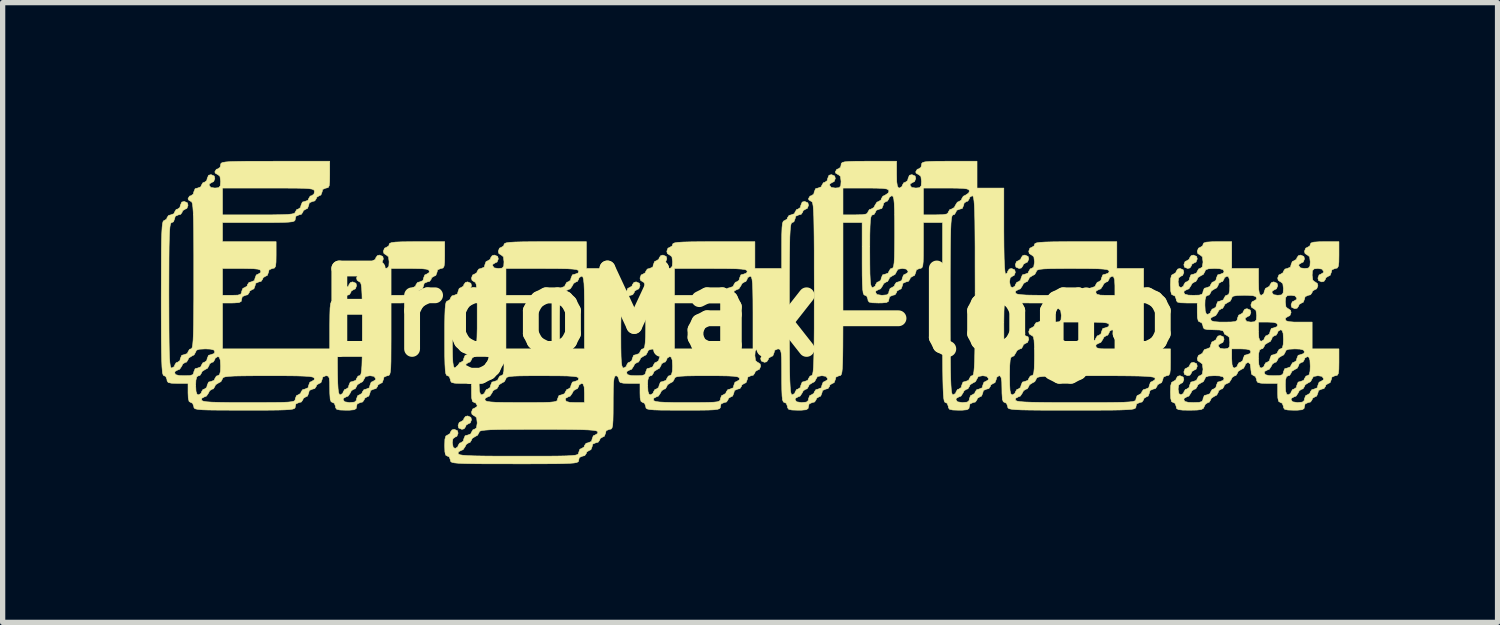
<source format=kicad_pcb>
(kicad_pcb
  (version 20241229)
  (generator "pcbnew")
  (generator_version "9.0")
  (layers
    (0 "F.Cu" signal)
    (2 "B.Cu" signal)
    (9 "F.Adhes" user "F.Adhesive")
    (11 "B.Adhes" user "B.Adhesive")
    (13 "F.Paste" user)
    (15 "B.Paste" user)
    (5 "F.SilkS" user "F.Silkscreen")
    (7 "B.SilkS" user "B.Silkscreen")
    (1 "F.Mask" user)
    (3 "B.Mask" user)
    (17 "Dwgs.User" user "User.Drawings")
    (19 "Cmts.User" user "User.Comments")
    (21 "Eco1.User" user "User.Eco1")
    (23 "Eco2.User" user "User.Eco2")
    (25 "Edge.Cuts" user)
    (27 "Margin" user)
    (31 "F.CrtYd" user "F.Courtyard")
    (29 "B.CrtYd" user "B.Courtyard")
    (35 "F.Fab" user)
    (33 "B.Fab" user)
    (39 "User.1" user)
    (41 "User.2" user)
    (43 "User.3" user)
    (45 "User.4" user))
  (footprint "ErgoMax-logo"
    (layer "F.Cu")
    (at 11.145 2.872)
    (property "Reference" "ErgoMax-logo" (at 0 0 0) (layer "F.SilkS") (effects (font (size 1.524 1.524) (thickness 0.3))))
    (attr through_hole)
    (fp_poly (pts (xy -5.273 1.985) (xy -5.261 2.032) (xy -5.284 2.091) (xy -5.316 2.105) (xy -5.364 2.134) (xy -5.37 2.159) (xy -5.401 2.203) (xy -5.443 2.213) (xy -5.504 2.188) (xy -5.515 2.141) (xy -5.493 2.082) (xy -5.461 2.068) (xy -5.413 2.039) (xy -5.407 2.014) (xy -5.376 1.97) (xy -5.334 1.959) (xy -5.273 1.985)) (stroke (width 0.01) (type solid)) (fill yes) (layer "F.SilkS"))
    (fp_poly (pts (xy 5.286 -1.063) (xy 5.298 -1.016) (xy 5.275 -0.957) (xy 5.243 -0.943) (xy 5.195 -0.914) (xy 5.189 -0.889) (xy 5.159 -0.845) (xy 5.116 -0.835) (xy 5.056 -0.86) (xy 5.044 -0.907) (xy 5.066 -0.966) (xy 5.098 -0.98) (xy 5.146 -1.009) (xy 5.153 -1.034) (xy 5.183 -1.078) (xy 5.225 -1.089) (xy 5.286 -1.063)) (stroke (width 0.01) (type solid)) (fill yes) (layer "F.SilkS"))
    (fp_poly (pts (xy 8.479 -1.063) (xy 8.491 -1.016) (xy 8.468 -0.957) (xy 8.436 -0.943) (xy 8.388 -0.914) (xy 8.382 -0.889) (xy 8.352 -0.845) (xy 8.309 -0.835) (xy 8.249 -0.86) (xy 8.237 -0.907) (xy 8.26 -0.966) (xy 8.291 -0.98) (xy 8.339 -1.009) (xy 8.346 -1.034) (xy 8.376 -1.078) (xy 8.418 -1.089) (xy 8.479 -1.063)) (stroke (width 0.01) (type solid)) (fill yes) (layer "F.SilkS"))
    (fp_poly (pts (xy 8.479 0.969) (xy 8.491 1.016) (xy 8.468 1.075) (xy 8.436 1.089) (xy 8.388 1.118) (xy 8.382 1.143) (xy 8.352 1.187) (xy 8.309 1.197) (xy 8.249 1.172) (xy 8.237 1.125) (xy 8.26 1.066) (xy 8.291 1.052) (xy 8.339 1.023) (xy 8.346 0.998) (xy 8.376 0.954) (xy 8.418 0.943) (xy 8.479 0.969)) (stroke (width 0.01) (type solid)) (fill yes) (layer "F.SilkS"))
    (fp_poly (pts (xy -7.947 -2.613) (xy -7.949 -2.479) (xy -7.957 -2.403) (xy -7.977 -2.368) (xy -8.013 -2.359) (xy -8.019 -2.359) (xy -8.08 -2.333) (xy -8.092 -2.286) (xy -8.114 -2.227) (xy -8.146 -2.213) (xy -8.194 -2.184) (xy -8.201 -2.159) (xy -8.231 -2.115) (xy -8.273 -2.105) (xy -8.334 -2.079) (xy -8.346 -2.032) (xy -8.368 -1.973) (xy -8.4 -1.959) (xy -8.448 -1.93) (xy -8.455 -1.905) (xy -8.485 -1.861) (xy -8.527 -1.851) (xy -8.588 -1.825) (xy -8.6 -1.778) (xy -8.603 -1.753) (xy -8.618 -1.734) (xy -8.655 -1.721) (xy -8.724 -1.713) (xy -8.834 -1.708) (xy -8.994 -1.706) (xy -9.215 -1.705) (xy -9.289 -1.705) (xy -9.979 -1.705) (xy -9.979 -1.343) (xy -8.963 -1.343) (xy -8.963 -1.089) (xy -8.965 -0.955) (xy -8.973 -0.879) (xy -8.993 -0.844) (xy -9.029 -0.835) (xy -9.035 -0.835) (xy -9.096 -0.809) (xy -9.108 -0.762) (xy -9.13 -0.703) (xy -9.162 -0.689) (xy -9.21 -0.66) (xy -9.217 -0.635) (xy -9.247 -0.591) (xy -9.289 -0.581) (xy -9.35 -0.555) (xy -9.362 -0.508) (xy -9.384 -0.449) (xy -9.416 -0.435) (xy -9.464 -0.406) (xy -9.471 -0.381) (xy -9.501 -0.337) (xy -9.543 -0.327) (xy -9.604 -0.301) (xy -9.616 -0.254) (xy -9.625 -0.21) (xy -9.666 -0.189) (xy -9.755 -0.182) (xy -9.797 -0.181) (xy -9.979 -0.181) (xy -9.979 0.689) (xy -7.947 0.689) (xy -7.947 0.236) (xy -7.945 0.044) (xy -7.941 -0.087) (xy -7.931 -0.167) (xy -7.916 -0.207) (xy -7.893 -0.218) (xy -7.892 -0.218) (xy -7.844 -0.247) (xy -7.838 -0.272) (xy -7.807 -0.316) (xy -7.765 -0.327) (xy -7.704 -0.352) (xy -7.693 -0.399) (xy -7.67 -0.458) (xy -7.638 -0.472) (xy -7.59 -0.501) (xy -7.584 -0.526) (xy -7.553 -0.57) (xy -7.511 -0.581) (xy -7.45 -0.555) (xy -7.439 -0.508) (xy -7.461 -0.449) (xy -7.493 -0.435) (xy -7.541 -0.406) (xy -7.547 -0.381) (xy -7.578 -0.337) (xy -7.62 -0.327) (xy -7.681 -0.301) (xy -7.693 -0.254) (xy -7.715 -0.195) (xy -7.747 -0.181) (xy -7.764 -0.173) (xy -7.778 -0.143) (xy -7.787 -0.082) (xy -7.794 0.017) (xy -7.798 0.162) (xy -7.801 0.362) (xy -7.801 0.625) (xy -7.801 0.689) (xy -7.801 0.966) (xy -7.799 1.179) (xy -7.795 1.335) (xy -7.789 1.443) (xy -7.78 1.512) (xy -7.767 1.548) (xy -7.751 1.56) (xy -7.747 1.56) (xy -7.699 1.531) (xy -7.693 1.506) (xy -7.664 1.458) (xy -7.638 1.451) (xy -7.594 1.421) (xy -7.584 1.379) (xy -7.558 1.318) (xy -7.511 1.306) (xy -7.452 1.284) (xy -7.439 1.252) (xy -7.41 1.204) (xy -7.384 1.197) (xy -7.367 1.189) (xy -7.354 1.159) (xy -7.344 1.099) (xy -7.337 1.001) (xy -7.333 0.856) (xy -7.331 0.658) (xy -7.33 0.397) (xy -7.33 0.308) (xy -7.33 0.028) (xy -7.332 -0.187) (xy -7.336 -0.347) (xy -7.342 -0.458) (xy -7.351 -0.528) (xy -7.363 -0.566) (xy -7.379 -0.58) (xy -7.384 -0.581) (xy -7.428 -0.611) (xy -7.439 -0.653) (xy -7.416 -0.712) (xy -7.384 -0.726) (xy -7.336 -0.755) (xy -7.33 -0.78) (xy -7.299 -0.824) (xy -7.257 -0.835) (xy -7.196 -0.86) (xy -7.185 -0.907) (xy -7.162 -0.966) (xy -7.13 -0.98) (xy -7.082 -1.009) (xy -7.076 -1.034) (xy -7.045 -1.078) (xy -7.003 -1.089) (xy -6.942 -1.063) (xy -6.931 -1.016) (xy -6.953 -0.957) (xy -6.985 -0.943) (xy -7.033 -0.914) (xy -7.039 -0.889) (xy -7.007 -0.846) (xy -6.931 -0.835) (xy -6.785 -0.835) (xy -6.785 -0.327) (xy -6.604 -0.327) (xy -6.495 -0.33) (xy -6.441 -0.347) (xy -6.423 -0.382) (xy -6.423 -0.399) (xy -6.4 -0.458) (xy -6.368 -0.472) (xy -6.32 -0.501) (xy -6.314 -0.526) (xy -6.283 -0.57) (xy -6.241 -0.581) (xy -6.18 -0.606) (xy -6.169 -0.653) (xy -6.146 -0.712) (xy -6.114 -0.726) (xy -6.066 -0.755) (xy -6.06 -0.78) (xy -6.072 -0.806) (xy -6.116 -0.822) (xy -6.203 -0.831) (xy -6.347 -0.834) (xy -6.423 -0.835) (xy -6.785 -0.835) (xy -6.931 -0.835) (xy -6.857 -0.842) (xy -6.827 -0.878) (xy -6.822 -0.962) (xy -6.834 -1.056) (xy -6.871 -1.088) (xy -6.876 -1.089) (xy -6.92 -1.119) (xy -6.931 -1.161) (xy -6.908 -1.22) (xy -6.876 -1.234) (xy -6.828 -1.263) (xy -6.822 -1.288) (xy -6.812 -1.31) (xy -6.775 -1.325) (xy -6.701 -1.335) (xy -6.58 -1.34) (xy -6.401 -1.342) (xy -6.296 -1.343) (xy -5.769 -1.343) (xy -5.769 -1.089) (xy -5.771 -0.955) (xy -5.78 -0.879) (xy -5.8 -0.844) (xy -5.836 -0.835) (xy -5.842 -0.835) (xy -5.903 -0.809) (xy -5.915 -0.762) (xy -5.937 -0.703) (xy -5.969 -0.689) (xy -6.017 -0.66) (xy -6.023 -0.635) (xy -6.054 -0.591) (xy -6.096 -0.581) (xy -6.157 -0.555) (xy -6.169 -0.508) (xy -6.191 -0.449) (xy -6.223 -0.435) (xy -6.271 -0.406) (xy -6.277 -0.381) (xy -6.308 -0.337) (xy -6.35 -0.327) (xy -6.411 -0.301) (xy -6.423 -0.254) (xy -6.432 -0.21) (xy -6.473 -0.189) (xy -6.562 -0.182) (xy -6.604 -0.181) (xy -6.785 -0.181) (xy -6.785 0.508) (xy -6.786 0.747) (xy -6.787 0.924) (xy -6.791 1.047) (xy -6.799 1.126) (xy -6.81 1.171) (xy -6.827 1.192) (xy -6.85 1.197) (xy -6.858 1.197) (xy -6.919 1.223) (xy -6.931 1.27) (xy -6.953 1.329) (xy -6.985 1.343) (xy -7.033 1.372) (xy -7.039 1.397) (xy -7.07 1.441) (xy -7.112 1.451) (xy -7.173 1.477) (xy -7.185 1.524) (xy -7.207 1.583) (xy -7.239 1.597) (xy -7.287 1.626) (xy -7.293 1.651) (xy -7.324 1.695) (xy -7.366 1.705) (xy -7.427 1.731) (xy -7.439 1.778) (xy -7.447 1.82) (xy -7.485 1.842) (xy -7.568 1.85) (xy -7.638 1.851) (xy -7.753 1.847) (xy -7.814 1.834) (xy -7.836 1.803) (xy -7.838 1.778) (xy -7.86 1.719) (xy -7.892 1.705) (xy -7.922 1.69) (xy -7.934 1.651) (xy -7.693 1.651) (xy -7.665 1.691) (xy -7.577 1.705) (xy -7.566 1.705) (xy -7.478 1.697) (xy -7.443 1.666) (xy -7.439 1.633) (xy -7.416 1.574) (xy -7.384 1.56) (xy -7.336 1.531) (xy -7.33 1.506) (xy -7.299 1.462) (xy -7.257 1.451) (xy -7.196 1.426) (xy -7.185 1.379) (xy -7.162 1.32) (xy -7.13 1.306) (xy -7.082 1.277) (xy -7.076 1.252) (xy -7.108 1.209) (xy -7.185 1.197) (xy -7.269 1.212) (xy -7.293 1.255) (xy -7.324 1.31) (xy -7.366 1.332) (xy -7.425 1.369) (xy -7.439 1.401) (xy -7.467 1.447) (xy -7.489 1.451) (xy -7.538 1.482) (xy -7.558 1.524) (xy -7.598 1.583) (xy -7.635 1.597) (xy -7.685 1.624) (xy -7.693 1.651) (xy -7.934 1.651) (xy -7.939 1.637) (xy -7.946 1.531) (xy -7.947 1.451) (xy -7.949 1.318) (xy -7.957 1.241) (xy -7.977 1.206) (xy -8.013 1.197) (xy -8.019 1.197) (xy -8.08 1.223) (xy -8.092 1.27) (xy -8.114 1.329) (xy -8.146 1.343) (xy -8.194 1.372) (xy -8.201 1.397) (xy -8.231 1.441) (xy -8.273 1.451) (xy -8.334 1.477) (xy -8.346 1.524) (xy -8.368 1.583) (xy -8.4 1.597) (xy -8.448 1.626) (xy -8.455 1.651) (xy -8.485 1.695) (xy -8.527 1.705) (xy -8.588 1.731) (xy -8.6 1.778) (xy -8.602 1.8) (xy -8.614 1.817) (xy -8.645 1.829) (xy -8.702 1.838) (xy -8.793 1.844) (xy -8.927 1.848) (xy -9.112 1.85) (xy -9.355 1.851) (xy -9.561 1.851) (xy -9.85 1.85) (xy -10.074 1.849) (xy -10.242 1.847) (xy -10.362 1.843) (xy -10.442 1.836) (xy -10.49 1.826) (xy -10.514 1.812) (xy -10.522 1.794) (xy -10.523 1.778) (xy -10.546 1.719) (xy -10.577 1.705) (xy -10.612 1.686) (xy -10.62 1.651) (xy -10.378 1.651) (xy -10.369 1.668) (xy -10.339 1.681) (xy -10.279 1.691) (xy -10.181 1.698) (xy -10.037 1.702) (xy -9.838 1.705) (xy -9.578 1.705) (xy -9.489 1.705) (xy -9.212 1.705) (xy -9 1.704) (xy -8.844 1.702) (xy -8.734 1.697) (xy -8.664 1.689) (xy -8.623 1.678) (xy -8.605 1.662) (xy -8.6 1.641) (xy -8.6 1.633) (xy -8.577 1.574) (xy -8.545 1.56) (xy -8.497 1.531) (xy -8.491 1.506) (xy -8.461 1.462) (xy -8.418 1.451) (xy -8.358 1.426) (xy -8.346 1.379) (xy -8.323 1.32) (xy -8.291 1.306) (xy -8.243 1.277) (xy -8.237 1.252) (xy -8.245 1.235) (xy -8.276 1.221) (xy -8.336 1.211) (xy -8.435 1.205) (xy -8.581 1.2) (xy -8.781 1.198) (xy -9.043 1.197) (xy -9.108 1.197) (xy -9.383 1.198) (xy -9.594 1.2) (xy -9.75 1.203) (xy -9.857 1.209) (xy -9.926 1.218) (xy -9.963 1.23) (xy -9.977 1.246) (xy -9.979 1.255) (xy -10.009 1.31) (xy -10.051 1.332) (xy -10.11 1.369) (xy -10.124 1.401) (xy -10.152 1.447) (xy -10.174 1.451) (xy -10.223 1.482) (xy -10.243 1.524) (xy -10.283 1.583) (xy -10.32 1.597) (xy -10.37 1.624) (xy -10.378 1.651) (xy -10.62 1.651) (xy -10.628 1.619) (xy -10.632 1.524) (xy -10.632 1.379) (xy -10.487 1.379) (xy -10.481 1.493) (xy -10.461 1.549) (xy -10.432 1.56) (xy -10.384 1.531) (xy -10.378 1.506) (xy -10.349 1.458) (xy -10.323 1.451) (xy -10.279 1.421) (xy -10.269 1.379) (xy -10.243 1.318) (xy -10.196 1.306) (xy -10.137 1.284) (xy -10.124 1.252) (xy -10.095 1.204) (xy -10.069 1.197) (xy -10.035 1.178) (xy -10.018 1.111) (xy -10.015 1.016) (xy -10.021 0.902) (xy -10.041 0.846) (xy -10.069 0.835) (xy -10.117 0.864) (xy -10.124 0.889) (xy -10.153 0.937) (xy -10.178 0.943) (xy -10.225 0.973) (xy -10.233 1.001) (xy -10.263 1.056) (xy -10.305 1.078) (xy -10.364 1.115) (xy -10.378 1.147) (xy -10.407 1.192) (xy -10.432 1.197) (xy -10.466 1.217) (xy -10.483 1.284) (xy -10.487 1.379) (xy -10.632 1.379) (xy -10.632 1.343) (xy -10.831 1.343) (xy -10.947 1.339) (xy -11.007 1.326) (xy -11.029 1.295) (xy -11.031 1.27) (xy -11.054 1.211) (xy -11.085 1.197) (xy -11.099 1.19) (xy -11.11 1.164) (xy -11.114 1.143) (xy -10.886 1.143) (xy -10.866 1.177) (xy -10.799 1.194) (xy -10.704 1.197) (xy -10.595 1.194) (xy -10.541 1.177) (xy -10.524 1.142) (xy -10.523 1.125) (xy -10.497 1.064) (xy -10.45 1.052) (xy -10.391 1.03) (xy -10.378 0.998) (xy -10.349 0.95) (xy -10.323 0.943) (xy -10.279 0.913) (xy -10.269 0.871) (xy -10.243 0.81) (xy -10.196 0.798) (xy -10.137 0.776) (xy -10.124 0.744) (xy -10.143 0.71) (xy -10.21 0.693) (xy -10.305 0.689) (xy -10.417 0.695) (xy -10.473 0.714) (xy -10.487 0.747) (xy -10.517 0.802) (xy -10.559 0.824) (xy -10.618 0.861) (xy -10.632 0.893) (xy -10.66 0.939) (xy -10.682 0.943) (xy -10.731 0.974) (xy -10.751 1.016) (xy -10.791 1.075) (xy -10.828 1.089) (xy -10.878 1.116) (xy -10.886 1.143) (xy -11.114 1.143) (xy -11.119 1.113) (xy -11.126 1.031) (xy -11.131 0.91) (xy -11.135 0.746) (xy -11.138 0.532) (xy -11.139 0.26) (xy -11.14 -0.074) (xy -11.14 -0.272) (xy -11.139 -0.641) (xy -11.138 -0.944) (xy -11.137 -1.187) (xy -11.134 -1.376) (xy -11.129 -1.518) (xy -11.123 -1.619) (xy -11.115 -1.686) (xy -11.105 -1.724) (xy -11.093 -1.74) (xy -11.085 -1.742) (xy -11.037 -1.771) (xy -11.031 -1.796) (xy -11.001 -1.84) (xy -10.958 -1.851) (xy -10.899 -1.873) (xy -10.886 -1.905) (xy -10.857 -1.953) (xy -10.831 -1.959) (xy -10.787 -1.99) (xy -10.777 -2.032) (xy -10.751 -2.093) (xy -10.704 -2.105) (xy -10.644 -2.079) (xy -10.632 -2.032) (xy -10.654 -1.973) (xy -10.686 -1.959) (xy -10.734 -1.93) (xy -10.741 -1.905) (xy -10.771 -1.861) (xy -10.813 -1.851) (xy -10.874 -1.825) (xy -10.886 -1.778) (xy -10.908 -1.719) (xy -10.94 -1.705) (xy -10.954 -1.698) (xy -10.966 -1.672) (xy -10.975 -1.62) (xy -10.982 -1.535) (xy -10.987 -1.412) (xy -10.991 -1.244) (xy -10.993 -1.025) (xy -10.994 -0.747) (xy -10.995 -0.404) (xy -10.995 -0.327) (xy -10.994 0.03) (xy -10.993 0.32) (xy -10.991 0.551) (xy -10.988 0.729) (xy -10.983 0.861) (xy -10.976 0.952) (xy -10.968 1.01) (xy -10.957 1.041) (xy -10.943 1.052) (xy -10.94 1.052) (xy -10.892 1.023) (xy -10.886 0.998) (xy -10.857 0.95) (xy -10.831 0.943) (xy -10.787 0.913) (xy -10.777 0.871) (xy -10.751 0.81) (xy -10.704 0.798) (xy -10.645 0.776) (xy -10.632 0.744) (xy -10.603 0.696) (xy -10.577 0.689) (xy -10.563 0.682) (xy -10.552 0.656) (xy -10.543 0.604) (xy -10.536 0.52) (xy -10.531 0.398) (xy -10.527 0.23) (xy -10.525 0.012) (xy -10.523 -0.265) (xy -10.523 -0.606) (xy -10.523 -0.708) (xy -10.523 -0.835) (xy -9.979 -0.835) (xy -9.979 -0.327) (xy -9.797 -0.327) (xy -9.688 -0.33) (xy -9.634 -0.347) (xy -9.616 -0.382) (xy -9.616 -0.399) (xy -9.593 -0.458) (xy -9.561 -0.472) (xy -9.513 -0.501) (xy -9.507 -0.526) (xy -9.477 -0.57) (xy -9.434 -0.581) (xy -9.374 -0.606) (xy -9.362 -0.653) (xy -9.339 -0.712) (xy -9.307 -0.726) (xy -9.259 -0.755) (xy -9.253 -0.78) (xy -9.265 -0.806) (xy -9.309 -0.822) (xy -9.397 -0.831) (xy -9.54 -0.834) (xy -9.616 -0.835) (xy -9.979 -0.835) (xy -10.523 -0.835) (xy -10.523 -1.067) (xy -10.524 -1.36) (xy -10.526 -1.593) (xy -10.529 -1.773) (xy -10.534 -1.907) (xy -10.541 -2) (xy -10.549 -2.06) (xy -10.56 -2.092) (xy -10.573 -2.104) (xy -10.577 -2.105) (xy -10.625 -2.134) (xy -10.632 -2.159) (xy -10.603 -2.207) (xy -10.577 -2.213) (xy -10.533 -2.244) (xy -10.523 -2.286) (xy -10.497 -2.347) (xy -10.45 -2.359) (xy -10.391 -2.381) (xy -10.378 -2.413) (xy -10.349 -2.461) (xy -10.323 -2.467) (xy -10.279 -2.498) (xy -10.269 -2.54) (xy -10.243 -2.601) (xy -10.196 -2.613) (xy -10.136 -2.587) (xy -10.124 -2.54) (xy -10.146 -2.481) (xy -10.178 -2.467) (xy -10.226 -2.438) (xy -10.233 -2.413) (xy -10.2 -2.37) (xy -10.124 -2.359) (xy -9.979 -2.359) (xy -9.979 -1.851) (xy -9.289 -1.851) (xy -9.046 -1.851) (xy -8.866 -1.854) (xy -8.741 -1.859) (xy -8.661 -1.868) (xy -8.617 -1.88) (xy -8.601 -1.898) (xy -8.6 -1.905) (xy -8.571 -1.953) (xy -8.545 -1.959) (xy -8.501 -1.99) (xy -8.491 -2.032) (xy -8.465 -2.093) (xy -8.418 -2.105) (xy -8.359 -2.127) (xy -8.346 -2.159) (xy -8.317 -2.207) (xy -8.291 -2.213) (xy -8.247 -2.244) (xy -8.237 -2.286) (xy -8.239 -2.309) (xy -8.253 -2.326) (xy -8.285 -2.339) (xy -8.345 -2.348) (xy -8.441 -2.354) (xy -8.583 -2.357) (xy -8.777 -2.358) (xy -9.034 -2.359) (xy -9.108 -2.359) (xy -9.979 -2.359) (xy -10.124 -2.359) (xy -10.051 -2.366) (xy -10.021 -2.402) (xy -10.015 -2.486) (xy -10.027 -2.58) (xy -10.064 -2.612) (xy -10.069 -2.613) (xy -10.117 -2.642) (xy -10.124 -2.667) (xy -10.095 -2.715) (xy -10.069 -2.721) (xy -10.025 -2.752) (xy -10.015 -2.794) (xy -10.013 -2.815) (xy -10.001 -2.832) (xy -9.972 -2.844) (xy -9.917 -2.853) (xy -9.829 -2.86) (xy -9.701 -2.863) (xy -9.523 -2.866) (xy -9.289 -2.866) (xy -8.99 -2.867) (xy -7.947 -2.867) (xy -7.947 -2.613)) (stroke (width 0.01) (type solid)) (fill yes) (layer "F.SilkS"))
    (fp_poly (pts (xy 9.144 -0.835) (xy 9.652 -0.835) (xy 9.652 -0.581) (xy 9.655 -0.443) (xy 9.667 -0.364) (xy 9.689 -0.33) (xy 9.706 -0.327) (xy 9.751 -0.357) (xy 9.761 -0.399) (xy 9.784 -0.458) (xy 9.815 -0.472) (xy 9.863 -0.501) (xy 9.87 -0.526) (xy 9.9 -0.57) (xy 9.942 -0.581) (xy 10.003 -0.555) (xy 10.015 -0.508) (xy 9.992 -0.449) (xy 9.96 -0.435) (xy 9.912 -0.406) (xy 9.906 -0.381) (xy 9.938 -0.338) (xy 10.015 -0.327) (xy 10.088 -0.334) (xy 10.118 -0.37) (xy 10.124 -0.454) (xy 10.112 -0.548) (xy 10.074 -0.58) (xy 10.069 -0.581) (xy 10.025 -0.611) (xy 10.015 -0.653) (xy 10.038 -0.712) (xy 10.069 -0.726) (xy 10.117 -0.755) (xy 10.124 -0.78) (xy 10.154 -0.824) (xy 10.196 -0.835) (xy 10.257 -0.86) (xy 10.269 -0.907) (xy 10.292 -0.966) (xy 10.323 -0.98) (xy 10.371 -1.009) (xy 10.378 -1.034) (xy 10.408 -1.078) (xy 10.45 -1.089) (xy 10.511 -1.063) (xy 10.523 -1.016) (xy 10.5 -0.957) (xy 10.468 -0.943) (xy 10.42 -0.914) (xy 10.414 -0.889) (xy 10.446 -0.846) (xy 10.523 -0.835) (xy 10.596 -0.842) (xy 10.626 -0.878) (xy 10.632 -0.962) (xy 10.62 -1.056) (xy 10.582 -1.088) (xy 10.577 -1.089) (xy 10.533 -1.119) (xy 10.523 -1.161) (xy 10.546 -1.22) (xy 10.577 -1.234) (xy 10.625 -1.263) (xy 10.632 -1.288) (xy 10.646 -1.317) (xy 10.697 -1.334) (xy 10.799 -1.341) (xy 10.904 -1.343) (xy 11.176 -1.343) (xy 11.176 -1.089) (xy 11.174 -0.955) (xy 11.165 -0.879) (xy 11.145 -0.844) (xy 11.109 -0.835) (xy 11.103 -0.835) (xy 11.043 -0.809) (xy 11.031 -0.762) (xy 11.008 -0.703) (xy 10.976 -0.689) (xy 10.928 -0.66) (xy 10.922 -0.635) (xy 10.892 -0.591) (xy 10.849 -0.581) (xy 10.789 -0.606) (xy 10.777 -0.653) (xy 10.8 -0.712) (xy 10.831 -0.726) (xy 10.879 -0.755) (xy 10.886 -0.78) (xy 10.853 -0.823) (xy 10.777 -0.835) (xy 10.704 -0.827) (xy 10.674 -0.792) (xy 10.668 -0.708) (xy 10.68 -0.614) (xy 10.717 -0.581) (xy 10.722 -0.581) (xy 10.767 -0.55) (xy 10.777 -0.508) (xy 10.754 -0.449) (xy 10.722 -0.435) (xy 10.674 -0.406) (xy 10.668 -0.381) (xy 10.638 -0.337) (xy 10.595 -0.327) (xy 10.535 -0.301) (xy 10.523 -0.254) (xy 10.5 -0.195) (xy 10.468 -0.181) (xy 10.42 -0.152) (xy 10.414 -0.127) (xy 10.384 -0.083) (xy 10.341 -0.073) (xy 10.281 -0.098) (xy 10.269 -0.145) (xy 10.292 -0.204) (xy 10.323 -0.218) (xy 10.371 -0.247) (xy 10.378 -0.272) (xy 10.345 -0.315) (xy 10.269 -0.327) (xy 10.196 -0.319) (xy 10.166 -0.284) (xy 10.16 -0.2) (xy 10.172 -0.106) (xy 10.209 -0.073) (xy 10.214 -0.073) (xy 10.259 -0.042) (xy 10.269 0) (xy 10.246 0.059) (xy 10.214 0.073) (xy 10.166 0.102) (xy 10.16 0.127) (xy 10.175 0.157) (xy 10.229 0.173) (xy 10.334 0.181) (xy 10.414 0.181) (xy 10.668 0.181) (xy 10.668 0.689) (xy 11.176 0.689) (xy 11.176 0.943) (xy 11.174 1.077) (xy 11.165 1.153) (xy 11.145 1.188) (xy 11.109 1.197) (xy 11.103 1.197) (xy 11.043 1.223) (xy 11.031 1.27) (xy 11.008 1.329) (xy 10.976 1.343) (xy 10.928 1.372) (xy 10.922 1.397) (xy 10.892 1.441) (xy 10.849 1.451) (xy 10.789 1.477) (xy 10.777 1.524) (xy 10.754 1.583) (xy 10.722 1.597) (xy 10.674 1.626) (xy 10.668 1.651) (xy 10.638 1.695) (xy 10.595 1.705) (xy 10.535 1.731) (xy 10.523 1.778) (xy 10.514 1.82) (xy 10.477 1.842) (xy 10.393 1.85) (xy 10.323 1.851) (xy 10.208 1.847) (xy 10.148 1.834) (xy 10.126 1.803) (xy 10.124 1.778) (xy 10.101 1.719) (xy 10.069 1.705) (xy 10.035 1.686) (xy 10.026 1.651) (xy 10.269 1.651) (xy 10.296 1.691) (xy 10.384 1.705) (xy 10.396 1.705) (xy 10.483 1.697) (xy 10.519 1.666) (xy 10.523 1.633) (xy 10.546 1.574) (xy 10.577 1.56) (xy 10.625 1.531) (xy 10.632 1.506) (xy 10.662 1.462) (xy 10.704 1.451) (xy 10.765 1.426) (xy 10.777 1.379) (xy 10.8 1.32) (xy 10.831 1.306) (xy 10.879 1.277) (xy 10.886 1.252) (xy 10.853 1.209) (xy 10.777 1.197) (xy 10.693 1.212) (xy 10.668 1.255) (xy 10.638 1.31) (xy 10.595 1.332) (xy 10.536 1.369) (xy 10.523 1.401) (xy 10.494 1.447) (xy 10.473 1.451) (xy 10.424 1.482) (xy 10.403 1.524) (xy 10.364 1.583) (xy 10.327 1.597) (xy 10.276 1.624) (xy 10.269 1.651) (xy 10.026 1.651) (xy 10.018 1.619) (xy 10.015 1.524) (xy 10.015 1.379) (xy 10.16 1.379) (xy 10.166 1.493) (xy 10.186 1.549) (xy 10.214 1.56) (xy 10.263 1.531) (xy 10.269 1.506) (xy 10.298 1.458) (xy 10.323 1.451) (xy 10.368 1.421) (xy 10.378 1.379) (xy 10.403 1.318) (xy 10.45 1.306) (xy 10.509 1.284) (xy 10.523 1.252) (xy 10.552 1.204) (xy 10.577 1.197) (xy 10.612 1.178) (xy 10.628 1.111) (xy 10.632 1.016) (xy 10.626 0.902) (xy 10.606 0.846) (xy 10.577 0.835) (xy 10.529 0.864) (xy 10.523 0.889) (xy 10.494 0.937) (xy 10.468 0.943) (xy 10.421 0.973) (xy 10.414 1.001) (xy 10.384 1.056) (xy 10.341 1.078) (xy 10.282 1.115) (xy 10.269 1.147) (xy 10.24 1.192) (xy 10.214 1.197) (xy 10.18 1.217) (xy 10.163 1.284) (xy 10.16 1.379) (xy 10.015 1.379) (xy 10.015 1.343) (xy 9.815 1.343) (xy 9.7 1.339) (xy 9.64 1.326) (xy 9.618 1.295) (xy 9.616 1.27) (xy 9.593 1.211) (xy 9.561 1.197) (xy 9.521 1.17) (xy 9.517 1.143) (xy 9.761 1.143) (xy 9.78 1.177) (xy 9.848 1.194) (xy 9.942 1.197) (xy 10.051 1.194) (xy 10.105 1.177) (xy 10.123 1.142) (xy 10.124 1.125) (xy 10.149 1.064) (xy 10.196 1.052) (xy 10.255 1.03) (xy 10.269 0.998) (xy 10.298 0.95) (xy 10.323 0.943) (xy 10.368 0.913) (xy 10.378 0.871) (xy 10.403 0.81) (xy 10.45 0.798) (xy 10.509 0.776) (xy 10.523 0.744) (xy 10.503 0.71) (xy 10.436 0.693) (xy 10.341 0.689) (xy 10.229 0.695) (xy 10.174 0.714) (xy 10.16 0.747) (xy 10.13 0.802) (xy 10.087 0.824) (xy 10.028 0.861) (xy 10.015 0.893) (xy 9.986 0.939) (xy 9.965 0.943) (xy 9.916 0.974) (xy 9.895 1.016) (xy 9.856 1.075) (xy 9.819 1.089) (xy 9.768 1.116) (xy 9.761 1.143) (xy 9.517 1.143) (xy 9.507 1.082) (xy 9.507 1.07) (xy 9.495 0.976) (xy 9.457 0.944) (xy 9.452 0.943) (xy 9.405 0.973) (xy 9.398 1.001) (xy 9.368 1.056) (xy 9.325 1.078) (xy 9.266 1.115) (xy 9.253 1.147) (xy 9.224 1.193) (xy 9.203 1.197) (xy 9.154 1.228) (xy 9.133 1.27) (xy 9.094 1.329) (xy 9.057 1.343) (xy 9.006 1.37) (xy 8.999 1.397) (xy 8.97 1.445) (xy 8.944 1.451) (xy 8.897 1.481) (xy 8.89 1.509) (xy 8.86 1.564) (xy 8.817 1.586) (xy 8.758 1.623) (xy 8.745 1.655) (xy 8.716 1.701) (xy 8.695 1.705) (xy 8.646 1.736) (xy 8.625 1.778) (xy 8.607 1.816) (xy 8.566 1.838) (xy 8.486 1.848) (xy 8.35 1.851) (xy 8.349 1.851) (xy 8.215 1.849) (xy 8.137 1.84) (xy 8.101 1.82) (xy 8.092 1.785) (xy 8.092 1.778) (xy 8.069 1.719) (xy 8.037 1.705) (xy 8.004 1.688) (xy 7.995 1.651) (xy 8.237 1.651) (xy 8.256 1.685) (xy 8.324 1.702) (xy 8.418 1.705) (xy 8.527 1.702) (xy 8.581 1.685) (xy 8.599 1.65) (xy 8.6 1.633) (xy 8.625 1.572) (xy 8.672 1.56) (xy 8.731 1.538) (xy 8.745 1.506) (xy 8.774 1.458) (xy 8.799 1.451) (xy 8.844 1.421) (xy 8.854 1.379) (xy 8.879 1.318) (xy 8.926 1.306) (xy 8.985 1.284) (xy 8.999 1.252) (xy 8.979 1.218) (xy 8.912 1.201) (xy 8.817 1.197) (xy 8.705 1.203) (xy 8.65 1.222) (xy 8.636 1.255) (xy 8.606 1.31) (xy 8.563 1.332) (xy 8.504 1.369) (xy 8.491 1.401) (xy 8.462 1.447) (xy 8.441 1.451) (xy 8.392 1.482) (xy 8.371 1.524) (xy 8.332 1.583) (xy 8.295 1.597) (xy 8.244 1.624) (xy 8.237 1.651) (xy 7.995 1.651) (xy 7.988 1.625) (xy 7.983 1.506) (xy 7.988 1.386) (xy 8.005 1.324) (xy 8.037 1.306) (xy 8.085 1.277) (xy 8.092 1.252) (xy 8.122 1.208) (xy 8.164 1.197) (xy 8.225 1.223) (xy 8.237 1.27) (xy 8.214 1.329) (xy 8.182 1.343) (xy 8.139 1.375) (xy 8.128 1.451) (xy 8.144 1.538) (xy 8.182 1.56) (xy 8.231 1.531) (xy 8.237 1.506) (xy 8.266 1.458) (xy 8.291 1.451) (xy 8.336 1.421) (xy 8.346 1.379) (xy 8.371 1.318) (xy 8.418 1.306) (xy 8.477 1.284) (xy 8.491 1.252) (xy 8.52 1.204) (xy 8.545 1.197) (xy 8.586 1.17) (xy 8.6 1.082) (xy 8.6 1.07) (xy 8.588 0.976) (xy 8.55 0.944) (xy 8.545 0.943) (xy 8.501 0.913) (xy 8.491 0.871) (xy 8.514 0.812) (xy 8.545 0.798) (xy 8.593 0.769) (xy 8.6 0.744) (xy 8.63 0.7) (xy 8.672 0.689) (xy 8.733 0.664) (xy 8.745 0.617) (xy 8.768 0.558) (xy 8.799 0.544) (xy 8.847 0.515) (xy 8.854 0.49) (xy 8.884 0.446) (xy 8.926 0.435) (xy 8.987 0.461) (xy 8.999 0.508) (xy 8.976 0.567) (xy 8.944 0.581) (xy 8.896 0.61) (xy 8.89 0.635) (xy 8.922 0.678) (xy 8.999 0.689) (xy 9.144 0.689) (xy 9.144 0.871) (xy 9.15 0.985) (xy 9.17 1.041) (xy 9.198 1.052) (xy 9.247 1.023) (xy 9.253 0.998) (xy 9.282 0.95) (xy 9.307 0.943) (xy 9.352 0.913) (xy 9.362 0.871) (xy 9.652 0.871) (xy 9.658 0.985) (xy 9.678 1.041) (xy 9.706 1.052) (xy 9.755 1.023) (xy 9.761 0.998) (xy 9.79 0.95) (xy 9.815 0.943) (xy 9.86 0.913) (xy 9.87 0.871) (xy 9.895 0.81) (xy 9.942 0.798) (xy 10.001 0.776) (xy 10.015 0.744) (xy 10.044 0.696) (xy 10.069 0.689) (xy 10.104 0.67) (xy 10.12 0.603) (xy 10.124 0.508) (xy 10.118 0.394) (xy 10.098 0.338) (xy 10.069 0.327) (xy 10.021 0.356) (xy 10.015 0.381) (xy 9.986 0.429) (xy 9.96 0.435) (xy 9.913 0.465) (xy 9.906 0.493) (xy 9.876 0.548) (xy 9.833 0.57) (xy 9.774 0.607) (xy 9.761 0.639) (xy 9.732 0.684) (xy 9.706 0.689) (xy 9.672 0.709) (xy 9.655 0.776) (xy 9.652 0.871) (xy 9.362 0.871) (xy 9.387 0.81) (xy 9.434 0.798) (xy 9.493 0.776) (xy 9.507 0.744) (xy 9.487 0.71) (xy 9.42 0.693) (xy 9.325 0.689) (xy 9.144 0.689) (xy 8.999 0.689) (xy 9.072 0.682) (xy 9.102 0.646) (xy 9.108 0.562) (xy 9.096 0.468) (xy 9.058 0.436) (xy 9.053 0.435) (xy 9.005 0.406) (xy 8.999 0.381) (xy 8.981 0.348) (xy 8.918 0.331) (xy 8.799 0.327) (xy 8.684 0.323) (xy 8.624 0.31) (xy 8.602 0.279) (xy 8.6 0.254) (xy 8.577 0.195) (xy 8.545 0.181) (xy 8.511 0.162) (xy 8.502 0.127) (xy 8.745 0.127) (xy 8.76 0.157) (xy 8.814 0.173) (xy 8.919 0.181) (xy 8.999 0.181) (xy 9.132 0.179) (xy 9.209 0.171) (xy 9.244 0.151) (xy 9.253 0.115) (xy 9.253 0.109) (xy 9.276 0.05) (xy 9.307 0.036) (xy 9.355 0.007) (xy 9.362 -0.018) (xy 9.392 -0.062) (xy 9.434 -0.073) (xy 9.495 -0.047) (xy 9.507 0) (xy 9.484 0.059) (xy 9.452 0.073) (xy 9.404 0.102) (xy 9.398 0.127) (xy 9.43 0.17) (xy 9.507 0.181) (xy 9.652 0.181) (xy 9.652 0.363) (xy 9.658 0.477) (xy 9.678 0.533) (xy 9.706 0.544) (xy 9.755 0.515) (xy 9.761 0.49) (xy 9.79 0.442) (xy 9.815 0.435) (xy 9.86 0.405) (xy 9.87 0.363) (xy 9.895 0.302) (xy 9.942 0.29) (xy 10.001 0.268) (xy 10.015 0.236) (xy 9.995 0.202) (xy 9.928 0.185) (xy 9.833 0.181) (xy 9.652 0.181) (xy 9.507 0.181) (xy 9.58 0.174) (xy 9.61 0.138) (xy 9.616 0.054) (xy 9.604 -0.04) (xy 9.566 -0.072) (xy 9.561 -0.073) (xy 9.517 -0.103) (xy 9.507 -0.145) (xy 9.53 -0.204) (xy 9.561 -0.218) (xy 9.609 -0.247) (xy 9.616 -0.272) (xy 9.6 -0.303) (xy 9.544 -0.32) (xy 9.433 -0.326) (xy 9.38 -0.327) (xy 9.249 -0.323) (xy 9.176 -0.311) (xy 9.147 -0.287) (xy 9.144 -0.269) (xy 9.114 -0.214) (xy 9.071 -0.192) (xy 9.012 -0.155) (xy 8.999 -0.123) (xy 8.97 -0.077) (xy 8.949 -0.073) (xy 8.9 -0.042) (xy 8.879 0) (xy 8.84 0.059) (xy 8.803 0.073) (xy 8.752 0.1) (xy 8.745 0.127) (xy 8.502 0.127) (xy 8.494 0.095) (xy 8.491 0) (xy 8.491 -0.145) (xy 8.636 -0.145) (xy 8.642 -0.031) (xy 8.662 0.025) (xy 8.69 0.036) (xy 8.739 0.007) (xy 8.745 -0.018) (xy 8.774 -0.066) (xy 8.799 -0.073) (xy 8.844 -0.103) (xy 8.854 -0.145) (xy 8.879 -0.206) (xy 8.926 -0.218) (xy 8.985 -0.24) (xy 8.999 -0.272) (xy 9.028 -0.32) (xy 9.053 -0.327) (xy 9.088 -0.346) (xy 9.104 -0.413) (xy 9.108 -0.508) (xy 9.102 -0.622) (xy 9.082 -0.678) (xy 9.053 -0.689) (xy 9.005 -0.66) (xy 8.999 -0.635) (xy 8.97 -0.587) (xy 8.944 -0.581) (xy 8.897 -0.551) (xy 8.89 -0.523) (xy 8.86 -0.468) (xy 8.817 -0.446) (xy 8.758 -0.409) (xy 8.745 -0.377) (xy 8.716 -0.332) (xy 8.69 -0.327) (xy 8.656 -0.307) (xy 8.639 -0.24) (xy 8.636 -0.145) (xy 8.491 -0.145) (xy 8.491 -0.181) (xy 8.291 -0.181) (xy 8.176 -0.185) (xy 8.116 -0.198) (xy 8.094 -0.229) (xy 8.092 -0.254) (xy 8.069 -0.313) (xy 8.037 -0.327) (xy 8.004 -0.344) (xy 7.995 -0.381) (xy 8.237 -0.381) (xy 8.256 -0.347) (xy 8.324 -0.33) (xy 8.418 -0.327) (xy 8.527 -0.33) (xy 8.581 -0.347) (xy 8.599 -0.382) (xy 8.6 -0.399) (xy 8.625 -0.46) (xy 8.672 -0.472) (xy 8.731 -0.494) (xy 8.745 -0.526) (xy 8.774 -0.574) (xy 8.799 -0.581) (xy 8.844 -0.611) (xy 8.854 -0.653) (xy 8.879 -0.714) (xy 8.926 -0.726) (xy 8.985 -0.748) (xy 8.999 -0.78) (xy 8.979 -0.814) (xy 8.912 -0.831) (xy 8.817 -0.835) (xy 8.705 -0.829) (xy 8.65 -0.81) (xy 8.636 -0.777) (xy 8.606 -0.722) (xy 8.563 -0.7) (xy 8.504 -0.663) (xy 8.491 -0.631) (xy 8.462 -0.585) (xy 8.441 -0.581) (xy 8.392 -0.55) (xy 8.371 -0.508) (xy 8.332 -0.449) (xy 8.295 -0.435) (xy 8.244 -0.408) (xy 8.237 -0.381) (xy 7.995 -0.381) (xy 7.988 -0.407) (xy 7.983 -0.526) (xy 7.988 -0.646) (xy 8.005 -0.708) (xy 8.037 -0.726) (xy 8.085 -0.755) (xy 8.092 -0.78) (xy 8.122 -0.824) (xy 8.164 -0.835) (xy 8.225 -0.809) (xy 8.237 -0.762) (xy 8.214 -0.703) (xy 8.182 -0.689) (xy 8.139 -0.657) (xy 8.128 -0.581) (xy 8.144 -0.494) (xy 8.182 -0.472) (xy 8.231 -0.501) (xy 8.237 -0.526) (xy 8.266 -0.574) (xy 8.291 -0.581) (xy 8.336 -0.611) (xy 8.346 -0.653) (xy 8.371 -0.714) (xy 8.418 -0.726) (xy 8.477 -0.748) (xy 8.491 -0.78) (xy 8.52 -0.828) (xy 8.545 -0.835) (xy 8.586 -0.862) (xy 8.6 -0.95) (xy 8.6 -0.962) (xy 8.588 -1.056) (xy 8.55 -1.088) (xy 8.545 -1.089) (xy 8.501 -1.119) (xy 8.491 -1.161) (xy 8.514 -1.22) (xy 8.545 -1.234) (xy 8.593 -1.263) (xy 8.6 -1.288) (xy 8.614 -1.317) (xy 8.665 -1.334) (xy 8.767 -1.341) (xy 8.872 -1.343) (xy 9.144 -1.343) (xy 9.144 -0.835)) (stroke (width 0.01) (type solid)) (fill yes) (layer "F.SilkS"))
    (fp_poly (pts (xy 2.794 -2.613) (xy 2.797 -2.475) (xy 2.809 -2.396) (xy 2.831 -2.362) (xy 2.848 -2.359) (xy 2.897 -2.388) (xy 2.903 -2.413) (xy 2.932 -2.461) (xy 2.957 -2.467) (xy 3.002 -2.498) (xy 3.012 -2.54) (xy 3.037 -2.601) (xy 3.084 -2.613) (xy 3.145 -2.587) (xy 3.157 -2.54) (xy 3.134 -2.481) (xy 3.102 -2.467) (xy 3.054 -2.438) (xy 3.048 -2.413) (xy 3.08 -2.37) (xy 3.157 -2.359) (xy 3.302 -2.359) (xy 3.302 -1.851) (xy 3.538 -1.851) (xy 3.67 -1.854) (xy 3.744 -1.867) (xy 3.772 -1.893) (xy 3.774 -1.905) (xy 3.803 -1.952) (xy 3.832 -1.959) (xy 3.887 -1.99) (xy 3.908 -2.032) (xy 3.945 -2.091) (xy 3.978 -2.105) (xy 4.023 -2.133) (xy 4.028 -2.155) (xy 4.058 -2.204) (xy 4.1 -2.224) (xy 4.159 -2.264) (xy 4.173 -2.301) (xy 4.164 -2.325) (xy 4.129 -2.342) (xy 4.057 -2.352) (xy 3.937 -2.357) (xy 3.757 -2.359) (xy 3.737 -2.359) (xy 3.302 -2.359) (xy 3.157 -2.359) (xy 3.23 -2.366) (xy 3.26 -2.402) (xy 3.266 -2.486) (xy 3.254 -2.58) (xy 3.216 -2.612) (xy 3.211 -2.613) (xy 3.163 -2.642) (xy 3.157 -2.667) (xy 3.186 -2.715) (xy 3.211 -2.721) (xy 3.256 -2.752) (xy 3.266 -2.794) (xy 3.269 -2.822) (xy 3.288 -2.842) (xy 3.332 -2.855) (xy 3.412 -2.862) (xy 3.54 -2.866) (xy 3.726 -2.867) (xy 3.792 -2.867) (xy 4.318 -2.867) (xy 4.318 -2.359) (xy 4.826 -2.359) (xy 4.826 -1.542) (xy 4.828 -1.255) (xy 4.832 -1.026) (xy 4.84 -0.859) (xy 4.85 -0.758) (xy 4.862 -0.726) (xy 4.894 -0.755) (xy 4.899 -0.78) (xy 4.929 -0.824) (xy 4.971 -0.835) (xy 5.032 -0.809) (xy 5.044 -0.762) (xy 5.021 -0.703) (xy 4.989 -0.689) (xy 4.946 -0.657) (xy 4.935 -0.581) (xy 4.951 -0.494) (xy 4.989 -0.472) (xy 5.037 -0.501) (xy 5.044 -0.526) (xy 5.073 -0.574) (xy 5.098 -0.581) (xy 5.142 -0.611) (xy 5.153 -0.653) (xy 5.178 -0.714) (xy 5.225 -0.726) (xy 5.284 -0.748) (xy 5.298 -0.78) (xy 5.327 -0.828) (xy 5.352 -0.835) (xy 5.392 -0.862) (xy 5.406 -0.95) (xy 5.407 -0.962) (xy 5.395 -1.056) (xy 5.357 -1.088) (xy 5.352 -1.089) (xy 5.308 -1.119) (xy 5.298 -1.161) (xy 5.32 -1.22) (xy 5.352 -1.234) (xy 5.4 -1.263) (xy 5.407 -1.288) (xy 5.415 -1.306) (xy 5.447 -1.32) (xy 5.51 -1.33) (xy 5.613 -1.336) (xy 5.765 -1.34) (xy 5.974 -1.342) (xy 6.187 -1.343) (xy 6.967 -1.343) (xy 6.967 -0.835) (xy 7.475 -0.835) (xy 7.475 0.689) (xy 7.983 0.689) (xy 7.983 0.943) (xy 7.981 1.077) (xy 7.972 1.153) (xy 7.952 1.188) (xy 7.916 1.197) (xy 7.91 1.197) (xy 7.85 1.223) (xy 7.838 1.27) (xy 7.815 1.329) (xy 7.783 1.343) (xy 7.735 1.372) (xy 7.729 1.397) (xy 7.699 1.441) (xy 7.656 1.451) (xy 7.596 1.477) (xy 7.584 1.524) (xy 7.561 1.583) (xy 7.529 1.597) (xy 7.481 1.626) (xy 7.475 1.651) (xy 7.445 1.695) (xy 7.402 1.705) (xy 7.342 1.731) (xy 7.33 1.778) (xy 7.328 1.798) (xy 7.317 1.813) (xy 7.29 1.826) (xy 7.241 1.835) (xy 7.16 1.841) (xy 7.042 1.846) (xy 6.879 1.849) (xy 6.664 1.85) (xy 6.39 1.851) (xy 6.114 1.851) (xy 5.785 1.85) (xy 5.522 1.85) (xy 5.317 1.848) (xy 5.162 1.845) (xy 5.051 1.84) (xy 4.977 1.833) (xy 4.932 1.824) (xy 4.908 1.811) (xy 4.9 1.794) (xy 4.899 1.778) (xy 4.876 1.719) (xy 4.844 1.705) (xy 4.815 1.69) (xy 4.802 1.651) (xy 5.044 1.651) (xy 5.051 1.666) (xy 5.079 1.679) (xy 5.135 1.688) (xy 5.224 1.695) (xy 5.356 1.7) (xy 5.536 1.703) (xy 5.772 1.705) (xy 6.071 1.705) (xy 6.187 1.705) (xy 6.504 1.705) (xy 6.757 1.705) (xy 6.952 1.703) (xy 7.097 1.7) (xy 7.199 1.694) (xy 7.266 1.687) (xy 7.305 1.676) (xy 7.324 1.662) (xy 7.329 1.644) (xy 7.33 1.633) (xy 7.352 1.574) (xy 7.384 1.56) (xy 7.432 1.531) (xy 7.439 1.506) (xy 7.469 1.462) (xy 7.511 1.451) (xy 7.572 1.426) (xy 7.584 1.379) (xy 7.606 1.32) (xy 7.638 1.306) (xy 7.686 1.277) (xy 7.693 1.252) (xy 7.685 1.236) (xy 7.657 1.224) (xy 7.601 1.215) (xy 7.511 1.208) (xy 7.379 1.203) (xy 7.198 1.2) (xy 6.96 1.198) (xy 6.66 1.197) (xy 6.568 1.197) (xy 6.25 1.198) (xy 5.998 1.199) (xy 5.804 1.201) (xy 5.66 1.205) (xy 5.56 1.212) (xy 5.495 1.22) (xy 5.459 1.231) (xy 5.445 1.246) (xy 5.443 1.255) (xy 5.412 1.31) (xy 5.37 1.332) (xy 5.311 1.369) (xy 5.298 1.401) (xy 5.269 1.447) (xy 5.248 1.451) (xy 5.199 1.482) (xy 5.178 1.524) (xy 5.139 1.583) (xy 5.102 1.597) (xy 5.051 1.624) (xy 5.044 1.651) (xy 4.802 1.651) (xy 4.798 1.637) (xy 4.791 1.531) (xy 4.79 1.451) (xy 4.787 1.313) (xy 4.775 1.234) (xy 4.752 1.201) (xy 4.735 1.197) (xy 4.691 1.228) (xy 4.681 1.27) (xy 4.658 1.329) (xy 4.626 1.343) (xy 4.578 1.372) (xy 4.572 1.397) (xy 4.542 1.441) (xy 4.499 1.451) (xy 4.439 1.477) (xy 4.427 1.524) (xy 4.404 1.583) (xy 4.372 1.597) (xy 4.324 1.626) (xy 4.318 1.651) (xy 4.288 1.695) (xy 4.245 1.705) (xy 4.185 1.731) (xy 4.173 1.778) (xy 4.164 1.82) (xy 4.127 1.842) (xy 4.043 1.85) (xy 3.973 1.851) (xy 3.858 1.847) (xy 3.798 1.834) (xy 3.776 1.803) (xy 3.774 1.778) (xy 3.751 1.719) (xy 3.719 1.705) (xy 3.707 1.698) (xy 3.696 1.673) (xy 3.692 1.651) (xy 3.919 1.651) (xy 3.946 1.691) (xy 4.034 1.705) (xy 4.046 1.705) (xy 4.133 1.697) (xy 4.169 1.666) (xy 4.173 1.633) (xy 4.196 1.574) (xy 4.227 1.56) (xy 4.275 1.531) (xy 4.282 1.506) (xy 4.312 1.462) (xy 4.354 1.451) (xy 4.415 1.426) (xy 4.427 1.379) (xy 4.45 1.32) (xy 4.481 1.306) (xy 4.529 1.277) (xy 4.536 1.252) (xy 4.503 1.209) (xy 4.427 1.197) (xy 4.343 1.212) (xy 4.318 1.255) (xy 4.288 1.31) (xy 4.245 1.332) (xy 4.186 1.369) (xy 4.173 1.401) (xy 4.144 1.447) (xy 4.123 1.451) (xy 4.074 1.482) (xy 4.053 1.524) (xy 4.014 1.583) (xy 3.977 1.597) (xy 3.926 1.624) (xy 3.919 1.651) (xy 3.692 1.651) (xy 3.687 1.624) (xy 3.68 1.546) (xy 3.675 1.431) (xy 3.671 1.275) (xy 3.668 1.072) (xy 3.666 0.815) (xy 3.665 0.5) (xy 3.665 0.119) (xy 3.665 0) (xy 3.665 -0.145) (xy 3.81 -0.145) (xy 3.81 0.255) (xy 3.811 0.588) (xy 3.813 0.861) (xy 3.815 1.078) (xy 3.819 1.247) (xy 3.824 1.372) (xy 3.83 1.46) (xy 3.838 1.517) (xy 3.848 1.548) (xy 3.861 1.56) (xy 3.864 1.56) (xy 3.913 1.531) (xy 3.919 1.506) (xy 3.948 1.458) (xy 3.973 1.451) (xy 4.018 1.421) (xy 4.028 1.379) (xy 4.053 1.318) (xy 4.1 1.306) (xy 4.159 1.284) (xy 4.173 1.252) (xy 4.202 1.204) (xy 4.227 1.197) (xy 4.24 1.19) (xy 4.251 1.165) (xy 4.259 1.116) (xy 4.266 1.038) (xy 4.272 0.923) (xy 4.276 0.767) (xy 4.279 0.564) (xy 4.28 0.307) (xy 4.281 0.236) (xy 4.826 0.236) (xy 4.827 0.453) (xy 4.83 0.607) (xy 4.837 0.709) (xy 4.849 0.768) (xy 4.866 0.794) (xy 4.88 0.798) (xy 4.929 0.769) (xy 4.935 0.744) (xy 4.964 0.696) (xy 4.989 0.689) (xy 5.034 0.659) (xy 5.044 0.617) (xy 5.066 0.558) (xy 5.098 0.544) (xy 5.146 0.515) (xy 5.153 0.49) (xy 5.183 0.446) (xy 5.225 0.435) (xy 5.286 0.461) (xy 5.298 0.508) (xy 5.275 0.567) (xy 5.243 0.581) (xy 5.195 0.61) (xy 5.189 0.635) (xy 5.16 0.682) (xy 5.131 0.689) (xy 5.076 0.72) (xy 5.054 0.762) (xy 5.018 0.821) (xy 4.985 0.835) (xy 4.961 0.85) (xy 4.946 0.904) (xy 4.938 1.007) (xy 4.935 1.17) (xy 4.935 1.197) (xy 4.937 1.367) (xy 4.943 1.475) (xy 4.956 1.535) (xy 4.978 1.559) (xy 4.989 1.56) (xy 5.037 1.531) (xy 5.044 1.506) (xy 5.073 1.458) (xy 5.098 1.451) (xy 5.142 1.421) (xy 5.153 1.379) (xy 5.178 1.318) (xy 5.225 1.306) (xy 5.284 1.284) (xy 5.298 1.252) (xy 5.327 1.204) (xy 5.352 1.197) (xy 5.377 1.186) (xy 5.393 1.143) (xy 5.402 1.057) (xy 5.406 0.917) (xy 5.407 0.816) (xy 5.405 0.642) (xy 5.399 0.529) (xy 5.387 0.465) (xy 5.366 0.438) (xy 5.352 0.435) (xy 5.308 0.405) (xy 5.298 0.363) (xy 5.32 0.304) (xy 5.352 0.29) (xy 5.4 0.261) (xy 5.407 0.236) (xy 5.437 0.192) (xy 5.479 0.181) (xy 5.54 0.156) (xy 5.552 0.109) (xy 5.574 0.05) (xy 5.606 0.036) (xy 5.654 0.007) (xy 5.661 -0.018) (xy 5.691 -0.062) (xy 5.733 -0.073) (xy 5.794 -0.047) (xy 5.806 0) (xy 5.783 0.059) (xy 5.751 0.073) (xy 5.703 0.102) (xy 5.697 0.127) (xy 5.729 0.17) (xy 5.806 0.181) (xy 5.951 0.181) (xy 5.951 0.689) (xy 6.187 0.689) (xy 6.314 0.687) (xy 6.386 0.677) (xy 6.416 0.654) (xy 6.42 0.635) (xy 6.568 0.635) (xy 6.587 0.669) (xy 6.654 0.686) (xy 6.749 0.689) (xy 6.931 0.689) (xy 6.931 0.508) (xy 6.925 0.394) (xy 6.905 0.338) (xy 6.876 0.327) (xy 6.828 0.356) (xy 6.822 0.381) (xy 6.795 0.429) (xy 6.772 0.435) (xy 6.723 0.466) (xy 6.702 0.508) (xy 6.663 0.567) (xy 6.626 0.581) (xy 6.575 0.608) (xy 6.568 0.635) (xy 6.42 0.635) (xy 6.423 0.617) (xy 6.448 0.556) (xy 6.495 0.544) (xy 6.554 0.522) (xy 6.568 0.49) (xy 6.597 0.442) (xy 6.622 0.435) (xy 6.666 0.405) (xy 6.677 0.363) (xy 6.702 0.302) (xy 6.749 0.29) (xy 6.808 0.268) (xy 6.822 0.236) (xy 6.811 0.212) (xy 6.771 0.197) (xy 6.69 0.187) (xy 6.558 0.183) (xy 6.386 0.181) (xy 5.951 0.181) (xy 5.806 0.181) (xy 5.879 0.174) (xy 5.909 0.138) (xy 5.915 0.054) (xy 5.903 -0.04) (xy 5.865 -0.072) (xy 5.86 -0.073) (xy 5.812 -0.102) (xy 5.806 -0.127) (xy 5.795 -0.15) (xy 5.756 -0.166) (xy 5.677 -0.175) (xy 5.547 -0.18) (xy 5.356 -0.181) (xy 5.352 -0.181) (xy 5.164 -0.182) (xy 5.036 -0.185) (xy 4.958 -0.193) (xy 4.917 -0.207) (xy 4.901 -0.229) (xy 4.899 -0.254) (xy 4.883 -0.313) (xy 4.862 -0.327) (xy 4.848 -0.291) (xy 4.837 -0.189) (xy 4.829 -0.027) (xy 4.826 0.19) (xy 4.826 0.236) (xy 4.281 0.236) (xy 4.281 -0.008) (xy 4.282 -0.381) (xy 5.044 -0.381) (xy 5.053 -0.362) (xy 5.086 -0.348) (xy 5.152 -0.338) (xy 5.26 -0.331) (xy 5.42 -0.328) (xy 5.64 -0.327) (xy 5.733 -0.327) (xy 5.973 -0.327) (xy 6.149 -0.328) (xy 6.272 -0.332) (xy 6.351 -0.34) (xy 6.397 -0.351) (xy 6.417 -0.368) (xy 6.42 -0.381) (xy 6.568 -0.381) (xy 6.587 -0.347) (xy 6.654 -0.33) (xy 6.749 -0.327) (xy 6.931 -0.327) (xy 6.931 -0.508) (xy 6.925 -0.622) (xy 6.905 -0.678) (xy 6.876 -0.689) (xy 6.828 -0.66) (xy 6.822 -0.635) (xy 6.795 -0.587) (xy 6.772 -0.581) (xy 6.723 -0.55) (xy 6.702 -0.508) (xy 6.663 -0.449) (xy 6.626 -0.435) (xy 6.575 -0.408) (xy 6.568 -0.381) (xy 6.42 -0.381) (xy 6.422 -0.391) (xy 6.423 -0.399) (xy 6.448 -0.46) (xy 6.495 -0.472) (xy 6.554 -0.494) (xy 6.568 -0.526) (xy 6.597 -0.574) (xy 6.622 -0.581) (xy 6.666 -0.611) (xy 6.677 -0.653) (xy 6.702 -0.714) (xy 6.749 -0.726) (xy 6.808 -0.748) (xy 6.822 -0.78) (xy 6.813 -0.799) (xy 6.78 -0.814) (xy 6.713 -0.823) (xy 6.605 -0.83) (xy 6.445 -0.833) (xy 6.226 -0.834) (xy 6.132 -0.835) (xy 5.89 -0.834) (xy 5.712 -0.832) (xy 5.587 -0.827) (xy 5.508 -0.819) (xy 5.463 -0.806) (xy 5.445 -0.789) (xy 5.443 -0.777) (xy 5.412 -0.722) (xy 5.37 -0.7) (xy 5.311 -0.663) (xy 5.298 -0.631) (xy 5.269 -0.585) (xy 5.248 -0.581) (xy 5.199 -0.55) (xy 5.178 -0.508) (xy 5.139 -0.449) (xy 5.102 -0.435) (xy 5.051 -0.408) (xy 5.044 -0.381) (xy 4.282 -0.381) (xy 4.282 -0.389) (xy 4.282 -0.508) (xy 4.281 -0.908) (xy 4.281 -1.241) (xy 4.279 -1.514) (xy 4.277 -1.732) (xy 4.273 -1.9) (xy 4.268 -2.026) (xy 4.261 -2.114) (xy 4.253 -2.17) (xy 4.243 -2.201) (xy 4.231 -2.213) (xy 4.227 -2.213) (xy 4.179 -2.184) (xy 4.173 -2.159) (xy 4.144 -2.111) (xy 4.118 -2.105) (xy 4.074 -2.074) (xy 4.064 -2.032) (xy 4.038 -1.971) (xy 3.991 -1.959) (xy 3.932 -1.937) (xy 3.919 -1.905) (xy 3.89 -1.857) (xy 3.864 -1.851) (xy 3.852 -1.844) (xy 3.841 -1.818) (xy 3.832 -1.77) (xy 3.825 -1.691) (xy 3.82 -1.576) (xy 3.816 -1.421) (xy 3.813 -1.217) (xy 3.811 -0.961) (xy 3.81 -0.645) (xy 3.81 -0.264) (xy 3.81 -0.145) (xy 3.665 -0.145) (xy 3.665 -1.705) (xy 3.302 -1.705) (xy 3.302 -1.27) (xy 3.301 -1.086) (xy 3.298 -0.963) (xy 3.29 -0.888) (xy 3.275 -0.85) (xy 3.251 -0.836) (xy 3.229 -0.835) (xy 3.169 -0.809) (xy 3.157 -0.762) (xy 3.134 -0.703) (xy 3.102 -0.689) (xy 3.054 -0.66) (xy 3.048 -0.635) (xy 3.018 -0.591) (xy 2.975 -0.581) (xy 2.915 -0.555) (xy 2.903 -0.508) (xy 2.88 -0.449) (xy 2.848 -0.435) (xy 2.8 -0.406) (xy 2.794 -0.381) (xy 2.764 -0.337) (xy 2.721 -0.327) (xy 2.661 -0.301) (xy 2.649 -0.254) (xy 2.64 -0.212) (xy 2.603 -0.19) (xy 2.519 -0.182) (xy 2.449 -0.181) (xy 2.334 -0.185) (xy 2.274 -0.198) (xy 2.252 -0.229) (xy 2.25 -0.254) (xy 2.227 -0.313) (xy 2.195 -0.327) (xy 2.176 -0.336) (xy 2.162 -0.369) (xy 2.16 -0.381) (xy 2.395 -0.381) (xy 2.422 -0.341) (xy 2.51 -0.327) (xy 2.522 -0.327) (xy 2.609 -0.335) (xy 2.645 -0.366) (xy 2.649 -0.399) (xy 2.672 -0.458) (xy 2.703 -0.472) (xy 2.751 -0.501) (xy 2.758 -0.526) (xy 2.788 -0.57) (xy 2.83 -0.581) (xy 2.891 -0.606) (xy 2.903 -0.653) (xy 2.926 -0.712) (xy 2.957 -0.726) (xy 3.005 -0.755) (xy 3.012 -0.78) (xy 2.979 -0.823) (xy 2.903 -0.835) (xy 2.819 -0.82) (xy 2.794 -0.777) (xy 2.764 -0.722) (xy 2.721 -0.7) (xy 2.662 -0.663) (xy 2.649 -0.631) (xy 2.62 -0.585) (xy 2.599 -0.581) (xy 2.55 -0.55) (xy 2.529 -0.508) (xy 2.49 -0.449) (xy 2.453 -0.435) (xy 2.402 -0.408) (xy 2.395 -0.381) (xy 2.16 -0.381) (xy 2.152 -0.435) (xy 2.146 -0.543) (xy 2.142 -0.703) (xy 2.141 -0.923) (xy 2.141 -1.016) (xy 2.141 -1.161) (xy 2.286 -1.161) (xy 2.287 -0.918) (xy 2.289 -0.738) (xy 2.295 -0.613) (xy 2.303 -0.533) (xy 2.316 -0.489) (xy 2.333 -0.473) (xy 2.34 -0.472) (xy 2.389 -0.501) (xy 2.395 -0.526) (xy 2.424 -0.574) (xy 2.449 -0.581) (xy 2.494 -0.611) (xy 2.504 -0.653) (xy 2.529 -0.714) (xy 2.576 -0.726) (xy 2.635 -0.748) (xy 2.649 -0.78) (xy 2.678 -0.828) (xy 2.703 -0.835) (xy 2.722 -0.844) (xy 2.737 -0.877) (xy 2.747 -0.943) (xy 2.753 -1.051) (xy 2.756 -1.211) (xy 2.758 -1.431) (xy 2.758 -1.524) (xy 2.757 -1.767) (xy 2.754 -1.947) (xy 2.749 -2.072) (xy 2.741 -2.152) (xy 2.728 -2.196) (xy 2.711 -2.212) (xy 2.703 -2.213) (xy 2.655 -2.184) (xy 2.649 -2.159) (xy 2.62 -2.111) (xy 2.594 -2.105) (xy 2.55 -2.074) (xy 2.54 -2.032) (xy 2.514 -1.971) (xy 2.467 -1.959) (xy 2.408 -1.937) (xy 2.395 -1.905) (xy 2.366 -1.857) (xy 2.34 -1.851) (xy 2.321 -1.842) (xy 2.307 -1.809) (xy 2.297 -1.742) (xy 2.291 -1.634) (xy 2.287 -1.474) (xy 2.286 -1.254) (xy 2.286 -1.161) (xy 2.141 -1.161) (xy 2.141 -1.705) (xy 1.778 -1.705) (xy 1.778 -0.254) (xy 1.778 0.108) (xy 1.777 0.405) (xy 1.776 0.642) (xy 1.774 0.826) (xy 1.77 0.965) (xy 1.765 1.063) (xy 1.758 1.129) (xy 1.748 1.169) (xy 1.735 1.189) (xy 1.72 1.197) (xy 1.705 1.197) (xy 1.645 1.223) (xy 1.633 1.27) (xy 1.61 1.329) (xy 1.578 1.343) (xy 1.53 1.372) (xy 1.524 1.397) (xy 1.494 1.441) (xy 1.451 1.451) (xy 1.391 1.477) (xy 1.379 1.524) (xy 1.356 1.583) (xy 1.324 1.597) (xy 1.276 1.626) (xy 1.27 1.651) (xy 1.24 1.695) (xy 1.197 1.705) (xy 1.137 1.731) (xy 1.125 1.778) (xy 1.116 1.82) (xy 1.079 1.842) (xy 0.995 1.85) (xy 0.925 1.851) (xy 0.81 1.847) (xy 0.75 1.834) (xy 0.728 1.803) (xy 0.726 1.778) (xy 0.703 1.719) (xy 0.671 1.705) (xy 0.649 1.695) (xy 0.634 1.658) (xy 0.633 1.651) (xy 0.871 1.651) (xy 0.898 1.691) (xy 0.986 1.705) (xy 0.998 1.705) (xy 1.085 1.697) (xy 1.121 1.666) (xy 1.125 1.633) (xy 1.148 1.574) (xy 1.179 1.56) (xy 1.227 1.531) (xy 1.234 1.506) (xy 1.264 1.462) (xy 1.306 1.451) (xy 1.367 1.426) (xy 1.379 1.379) (xy 1.402 1.32) (xy 1.433 1.306) (xy 1.481 1.277) (xy 1.488 1.252) (xy 1.455 1.209) (xy 1.379 1.197) (xy 1.295 1.212) (xy 1.27 1.255) (xy 1.24 1.31) (xy 1.197 1.332) (xy 1.138 1.369) (xy 1.125 1.401) (xy 1.096 1.447) (xy 1.075 1.451) (xy 1.026 1.482) (xy 1.005 1.524) (xy 0.966 1.583) (xy 0.929 1.597) (xy 0.878 1.624) (xy 0.871 1.651) (xy 0.633 1.651) (xy 0.624 1.583) (xy 0.619 1.46) (xy 0.617 1.278) (xy 0.617 1.197) (xy 0.616 0.996) (xy 0.614 0.857) (xy 0.607 0.767) (xy 0.595 0.717) (xy 0.577 0.695) (xy 0.55 0.689) (xy 0.544 0.689) (xy 0.484 0.715) (xy 0.472 0.762) (xy 0.449 0.821) (xy 0.417 0.835) (xy 0.369 0.864) (xy 0.363 0.889) (xy 0.333 0.933) (xy 0.29 0.943) (xy 0.23 0.918) (xy 0.218 0.871) (xy 0.24 0.812) (xy 0.272 0.798) (xy 0.32 0.769) (xy 0.327 0.744) (xy 0.294 0.701) (xy 0.218 0.689) (xy 0.145 0.697) (xy 0.115 0.732) (xy 0.109 0.816) (xy 0.121 0.91) (xy 0.158 0.943) (xy 0.163 0.943) (xy 0.208 0.974) (xy 0.218 1.016) (xy 0.195 1.075) (xy 0.163 1.089) (xy 0.115 1.118) (xy 0.109 1.143) (xy 0.079 1.187) (xy 0.036 1.197) (xy -0.024 1.223) (xy -0.036 1.27) (xy -0.059 1.329) (xy -0.091 1.343) (xy -0.139 1.372) (xy -0.145 1.397) (xy -0.175 1.441) (xy -0.218 1.451) (xy -0.278 1.477) (xy -0.29 1.524) (xy -0.313 1.583) (xy -0.345 1.597) (xy -0.393 1.626) (xy -0.399 1.651) (xy -0.429 1.695) (xy -0.472 1.705) (xy -0.532 1.731) (xy -0.544 1.778) (xy -0.547 1.803) (xy -0.562 1.821) (xy -0.599 1.834) (xy -0.667 1.843) (xy -0.775 1.848) (xy -0.933 1.85) (xy -1.151 1.851) (xy -1.252 1.851) (xy -1.495 1.85) (xy -1.675 1.849) (xy -1.801 1.845) (xy -1.883 1.838) (xy -1.931 1.827) (xy -1.953 1.811) (xy -1.959 1.788) (xy -1.959 1.778) (xy -1.982 1.719) (xy -2.014 1.705) (xy -2.048 1.686) (xy -2.057 1.651) (xy -1.814 1.651) (xy -1.805 1.671) (xy -1.771 1.685) (xy -1.702 1.695) (xy -1.59 1.701) (xy -1.425 1.705) (xy -1.198 1.705) (xy -1.179 1.705) (xy -0.951 1.705) (xy -0.785 1.703) (xy -0.672 1.699) (xy -0.601 1.691) (xy -0.563 1.677) (xy -0.547 1.658) (xy -0.544 1.633) (xy -0.522 1.574) (xy -0.49 1.56) (xy -0.442 1.531) (xy -0.435 1.506) (xy -0.405 1.462) (xy -0.363 1.451) (xy -0.302 1.426) (xy -0.29 1.379) (xy -0.268 1.32) (xy -0.236 1.306) (xy -0.188 1.277) (xy -0.181 1.252) (xy -0.191 1.232) (xy -0.225 1.217) (xy -0.295 1.207) (xy -0.408 1.201) (xy -0.575 1.198) (xy -0.798 1.197) (xy -1.025 1.198) (xy -1.19 1.201) (xy -1.301 1.207) (xy -1.369 1.216) (xy -1.404 1.231) (xy -1.415 1.251) (xy -1.415 1.255) (xy -1.446 1.31) (xy -1.488 1.332) (xy -1.547 1.369) (xy -1.56 1.401) (xy -1.589 1.447) (xy -1.61 1.451) (xy -1.659 1.482) (xy -1.68 1.524) (xy -1.719 1.583) (xy -1.756 1.597) (xy -1.807 1.624) (xy -1.814 1.651) (xy -2.057 1.651) (xy -2.065 1.619) (xy -2.068 1.524) (xy -2.068 1.379) (xy -1.923 1.379) (xy -1.917 1.493) (xy -1.897 1.549) (xy -1.869 1.56) (xy -1.821 1.531) (xy -1.814 1.506) (xy -1.785 1.458) (xy -1.76 1.451) (xy -1.716 1.421) (xy -1.705 1.379) (xy -1.68 1.318) (xy -1.633 1.306) (xy -1.574 1.284) (xy -1.56 1.252) (xy -1.531 1.204) (xy -1.506 1.197) (xy -1.472 1.178) (xy -1.455 1.111) (xy -1.451 1.016) (xy -1.457 0.902) (xy -1.477 0.846) (xy -1.506 0.835) (xy -1.554 0.864) (xy -1.56 0.889) (xy -1.589 0.937) (xy -1.615 0.943) (xy -1.662 0.973) (xy -1.669 1.001) (xy -1.7 1.056) (xy -1.742 1.078) (xy -1.801 1.115) (xy -1.814 1.147) (xy -1.843 1.192) (xy -1.869 1.197) (xy -1.903 1.217) (xy -1.92 1.284) (xy -1.923 1.379) (xy -2.068 1.379) (xy -2.068 1.343) (xy -2.268 1.343) (xy -2.383 1.339) (xy -2.443 1.326) (xy -2.465 1.295) (xy -2.467 1.27) (xy -2.49 1.211) (xy -2.522 1.197) (xy -2.544 1.208) (xy -2.559 1.245) (xy -2.569 1.32) (xy -2.574 1.443) (xy -2.576 1.625) (xy -2.576 1.705) (xy -2.577 1.906) (xy -2.58 2.046) (xy -2.586 2.135) (xy -2.598 2.186) (xy -2.616 2.208) (xy -2.643 2.213) (xy -2.649 2.213) (xy -2.71 2.239) (xy -2.721 2.286) (xy -2.744 2.345) (xy -2.776 2.359) (xy -2.824 2.388) (xy -2.83 2.413) (xy -2.861 2.457) (xy -2.903 2.467) (xy -2.964 2.493) (xy -2.975 2.54) (xy -2.998 2.599) (xy -3.03 2.613) (xy -3.078 2.642) (xy -3.084 2.667) (xy -3.115 2.711) (xy -3.157 2.721) (xy -3.218 2.747) (xy -3.229 2.794) (xy -3.231 2.814) (xy -3.242 2.829) (xy -3.269 2.842) (xy -3.319 2.851) (xy -3.399 2.857) (xy -3.517 2.862) (xy -3.68 2.865) (xy -3.895 2.866) (xy -4.169 2.867) (xy -4.445 2.867) (xy -4.774 2.866) (xy -5.037 2.866) (xy -5.242 2.864) (xy -5.397 2.861) (xy -5.508 2.856) (xy -5.582 2.849) (xy -5.627 2.84) (xy -5.651 2.827) (xy -5.659 2.81) (xy -5.661 2.794) (xy -5.683 2.735) (xy -5.715 2.721) (xy -5.748 2.704) (xy -5.758 2.667) (xy -5.515 2.667) (xy -5.508 2.682) (xy -5.48 2.695) (xy -5.425 2.704) (xy -5.335 2.711) (xy -5.204 2.716) (xy -5.023 2.719) (xy -4.788 2.721) (xy -4.489 2.721) (xy -4.372 2.721) (xy -4.055 2.721) (xy -3.802 2.721) (xy -3.607 2.719) (xy -3.462 2.716) (xy -3.36 2.71) (xy -3.293 2.703) (xy -3.254 2.692) (xy -3.236 2.678) (xy -3.23 2.66) (xy -3.229 2.649) (xy -3.207 2.59) (xy -3.175 2.576) (xy -3.127 2.547) (xy -3.121 2.522) (xy -3.09 2.478) (xy -3.048 2.467) (xy -2.987 2.442) (xy -2.975 2.395) (xy -2.953 2.336) (xy -2.921 2.322) (xy -2.873 2.293) (xy -2.867 2.268) (xy -2.874 2.252) (xy -2.902 2.24) (xy -2.958 2.231) (xy -3.048 2.224) (xy -3.18 2.219) (xy -3.361 2.216) (xy -3.599 2.214) (xy -3.9 2.213) (xy -3.991 2.213) (xy -4.309 2.214) (xy -4.561 2.215) (xy -4.755 2.217) (xy -4.899 2.221) (xy -4.999 2.228) (xy -5.064 2.236) (xy -5.1 2.247) (xy -5.115 2.262) (xy -5.116 2.271) (xy -5.147 2.326) (xy -5.189 2.348) (xy -5.248 2.385) (xy -5.261 2.417) (xy -5.29 2.463) (xy -5.312 2.467) (xy -5.36 2.498) (xy -5.381 2.54) (xy -5.421 2.599) (xy -5.458 2.613) (xy -5.508 2.64) (xy -5.515 2.667) (xy -5.758 2.667) (xy -5.765 2.641) (xy -5.769 2.522) (xy -5.765 2.402) (xy -5.747 2.34) (xy -5.715 2.322) (xy -5.667 2.293) (xy -5.661 2.268) (xy -5.63 2.224) (xy -5.588 2.213) (xy -5.527 2.239) (xy -5.515 2.286) (xy -5.538 2.345) (xy -5.57 2.359) (xy -5.613 2.391) (xy -5.624 2.467) (xy -5.608 2.554) (xy -5.57 2.576) (xy -5.522 2.547) (xy -5.515 2.522) (xy -5.486 2.474) (xy -5.461 2.467) (xy -5.417 2.437) (xy -5.407 2.395) (xy -5.381 2.334) (xy -5.334 2.322) (xy -5.275 2.3) (xy -5.261 2.268) (xy -5.232 2.22) (xy -5.207 2.213) (xy -5.167 2.186) (xy -5.153 2.098) (xy -5.153 2.086) (xy -5.164 1.992) (xy -5.202 1.96) (xy -5.207 1.959) (xy -5.251 1.929) (xy -5.261 1.887) (xy -5.239 1.828) (xy -5.207 1.814) (xy -5.159 1.785) (xy -5.153 1.76) (xy -5.182 1.712) (xy -5.207 1.705) (xy -5.241 1.686) (xy -5.25 1.651) (xy -5.007 1.651) (xy -4.998 1.67) (xy -4.965 1.684) (xy -4.899 1.694) (xy -4.791 1.701) (xy -4.631 1.704) (xy -4.411 1.705) (xy -4.318 1.705) (xy -4.079 1.705) (xy -3.902 1.704) (xy -3.779 1.7) (xy -3.7 1.692) (xy -3.655 1.681) (xy -3.634 1.664) (xy -3.631 1.651) (xy -3.483 1.651) (xy -3.464 1.685) (xy -3.397 1.702) (xy -3.302 1.705) (xy -3.121 1.705) (xy -3.121 1.524) (xy -3.126 1.41) (xy -3.147 1.354) (xy -3.175 1.343) (xy -3.223 1.372) (xy -3.229 1.397) (xy -3.256 1.445) (xy -3.28 1.451) (xy -3.328 1.482) (xy -3.349 1.524) (xy -3.389 1.583) (xy -3.426 1.597) (xy -3.476 1.624) (xy -3.483 1.651) (xy -3.631 1.651) (xy -3.629 1.641) (xy -3.629 1.633) (xy -3.603 1.572) (xy -3.556 1.56) (xy -3.497 1.538) (xy -3.483 1.506) (xy -3.454 1.458) (xy -3.429 1.451) (xy -3.385 1.421) (xy -3.375 1.379) (xy -3.349 1.318) (xy -3.302 1.306) (xy -3.243 1.284) (xy -3.229 1.252) (xy -3.238 1.233) (xy -3.271 1.218) (xy -3.338 1.209) (xy -3.446 1.202) (xy -3.606 1.199) (xy -3.826 1.198) (xy -3.919 1.197) (xy -4.161 1.198) (xy -4.339 1.2) (xy -4.464 1.205) (xy -4.543 1.213) (xy -4.588 1.226) (xy -4.606 1.243) (xy -4.608 1.255) (xy -4.639 1.31) (xy -4.681 1.332) (xy -4.74 1.369) (xy -4.753 1.401) (xy -4.782 1.447) (xy -4.804 1.451) (xy -4.852 1.482) (xy -4.873 1.524) (xy -4.913 1.583) (xy -4.95 1.597) (xy -5 1.624) (xy -5.007 1.651) (xy -5.25 1.651) (xy -5.258 1.619) (xy -5.261 1.524) (xy -5.261 1.379) (xy -5.116 1.379) (xy -5.11 1.493) (xy -5.09 1.549) (xy -5.062 1.56) (xy -5.014 1.531) (xy -5.007 1.506) (xy -4.978 1.458) (xy -4.953 1.451) (xy -4.909 1.421) (xy -4.899 1.379) (xy -4.873 1.318) (xy -4.826 1.306) (xy -4.767 1.284) (xy -4.753 1.252) (xy -4.724 1.204) (xy -4.699 1.197) (xy -4.665 1.178) (xy -4.656 1.143) (xy -2.322 1.143) (xy -2.303 1.177) (xy -2.236 1.194) (xy -2.141 1.197) (xy -2.032 1.194) (xy -1.978 1.177) (xy -1.96 1.142) (xy -1.959 1.125) (xy -1.934 1.064) (xy -1.887 1.052) (xy -1.828 1.03) (xy -1.814 0.998) (xy -1.785 0.95) (xy -1.76 0.943) (xy -1.716 0.913) (xy -1.705 0.871) (xy -1.68 0.81) (xy -1.633 0.798) (xy -1.574 0.776) (xy -1.56 0.744) (xy -1.58 0.71) (xy -1.647 0.693) (xy -1.742 0.689) (xy -1.854 0.695) (xy -1.909 0.714) (xy -1.923 0.747) (xy -1.954 0.802) (xy -1.996 0.824) (xy -2.055 0.861) (xy -2.068 0.893) (xy -2.097 0.939) (xy -2.118 0.943) (xy -2.167 0.974) (xy -2.188 1.016) (xy -2.227 1.075) (xy -2.264 1.089) (xy -2.315 1.116) (xy -2.322 1.143) (xy -4.656 1.143) (xy -4.648 1.111) (xy -4.645 1.016) (xy -4.65 0.902) (xy -4.671 0.846) (xy -4.699 0.835) (xy -4.747 0.864) (xy -4.753 0.889) (xy -4.782 0.937) (xy -4.808 0.943) (xy -4.855 0.973) (xy -4.862 1.001) (xy -4.893 1.056) (xy -4.935 1.078) (xy -4.994 1.115) (xy -5.007 1.147) (xy -5.037 1.192) (xy -5.062 1.197) (xy -5.096 1.217) (xy -5.113 1.284) (xy -5.116 1.379) (xy -5.261 1.379) (xy -5.261 1.343) (xy -5.461 1.343) (xy -5.576 1.339) (xy -5.636 1.326) (xy -5.658 1.295) (xy -5.661 1.27) (xy -5.683 1.211) (xy -5.715 1.197) (xy -5.734 1.189) (xy -5.748 1.156) (xy -5.75 1.143) (xy -5.515 1.143) (xy -5.496 1.177) (xy -5.429 1.194) (xy -5.334 1.197) (xy -5.225 1.194) (xy -5.171 1.177) (xy -5.153 1.142) (xy -5.153 1.125) (xy -5.127 1.064) (xy -5.08 1.052) (xy -5.021 1.03) (xy -5.007 0.998) (xy -4.978 0.95) (xy -4.953 0.943) (xy -4.909 0.913) (xy -4.899 0.871) (xy -4.873 0.81) (xy -4.826 0.798) (xy -4.767 0.776) (xy -4.753 0.744) (xy -4.773 0.71) (xy -4.84 0.693) (xy -4.935 0.689) (xy -5.047 0.695) (xy -5.103 0.714) (xy -5.116 0.747) (xy -5.147 0.802) (xy -5.189 0.824) (xy -5.248 0.861) (xy -5.261 0.893) (xy -5.29 0.939) (xy -5.312 0.943) (xy -5.36 0.974) (xy -5.381 1.016) (xy -5.421 1.075) (xy -5.458 1.089) (xy -5.508 1.116) (xy -5.515 1.143) (xy -5.75 1.143) (xy -5.758 1.09) (xy -5.764 0.983) (xy -5.768 0.825) (xy -5.769 0.607) (xy -5.769 0.49) (xy -5.769 0.243) (xy -5.766 0.06) (xy -5.761 -0.069) (xy -5.753 -0.152) (xy -5.741 -0.198) (xy -5.724 -0.216) (xy -5.715 -0.218) (xy -5.667 -0.247) (xy -5.661 -0.272) (xy -5.63 -0.316) (xy -5.588 -0.327) (xy -5.527 -0.352) (xy -5.515 -0.399) (xy -5.493 -0.458) (xy -5.461 -0.472) (xy -5.413 -0.501) (xy -5.407 -0.526) (xy -5.376 -0.57) (xy -5.334 -0.581) (xy -5.273 -0.555) (xy -5.261 -0.508) (xy -5.284 -0.449) (xy -5.316 -0.435) (xy -5.364 -0.406) (xy -5.37 -0.381) (xy -5.401 -0.337) (xy -5.443 -0.327) (xy -5.504 -0.301) (xy -5.515 -0.254) (xy -5.538 -0.195) (xy -5.57 -0.181) (xy -5.59 -0.172) (xy -5.605 -0.138) (xy -5.615 -0.068) (xy -5.621 0.045) (xy -5.624 0.212) (xy -5.624 0.435) (xy -5.623 0.664) (xy -5.62 0.83) (xy -5.614 0.942) (xy -5.604 1.01) (xy -5.59 1.043) (xy -5.57 1.052) (xy -5.522 1.023) (xy -5.515 0.998) (xy -5.486 0.95) (xy -5.461 0.943) (xy -5.417 0.913) (xy -5.407 0.871) (xy -5.381 0.81) (xy -5.334 0.798) (xy -5.275 0.776) (xy -5.261 0.744) (xy -5.232 0.696) (xy -5.207 0.689) (xy -5.187 0.68) (xy -5.173 0.646) (xy -5.163 0.578) (xy -5.157 0.466) (xy -5.153 0.3) (xy -5.153 0.073) (xy -5.153 0.054) (xy -5.153 -0.178) (xy -5.153 -0.181) (xy -4.608 -0.181) (xy -4.608 0.689) (xy -3.737 0.689) (xy -3.737 0.181) (xy -3.592 0.181) (xy -3.592 0.689) (xy -3.121 0.689) (xy -3.121 0) (xy -3.121 -0.243) (xy -3.124 -0.423) (xy -3.129 -0.548) (xy -3.138 -0.628) (xy -3.15 -0.672) (xy -3.168 -0.688) (xy -3.175 -0.689) (xy -3.223 -0.66) (xy -3.229 -0.635) (xy -3.256 -0.587) (xy -3.28 -0.581) (xy -3.328 -0.55) (xy -3.349 -0.508) (xy -3.389 -0.449) (xy -3.426 -0.435) (xy -3.476 -0.408) (xy -3.483 -0.381) (xy -3.512 -0.333) (xy -3.538 -0.327) (xy -3.56 -0.316) (xy -3.575 -0.279) (xy -3.585 -0.204) (xy -3.59 -0.081) (xy -3.592 0.101) (xy -3.592 0.181) (xy -3.737 0.181) (xy -3.737 -0.181) (xy -4.608 -0.181) (xy -5.153 -0.181) (xy -5.156 -0.347) (xy -5.162 -0.463) (xy -5.172 -0.534) (xy -5.186 -0.57) (xy -5.205 -0.581) (xy -5.207 -0.581) (xy -5.251 -0.611) (xy -5.261 -0.653) (xy -5.239 -0.712) (xy -5.207 -0.726) (xy -5.159 -0.755) (xy -5.153 -0.78) (xy -5.122 -0.824) (xy -5.08 -0.835) (xy -5.019 -0.86) (xy -5.007 -0.907) (xy -4.985 -0.966) (xy -4.953 -0.98) (xy -4.905 -1.009) (xy -4.899 -1.034) (xy -4.868 -1.078) (xy -4.826 -1.089) (xy -4.765 -1.063) (xy -4.753 -1.016) (xy -4.776 -0.957) (xy -4.808 -0.943) (xy -4.856 -0.914) (xy -4.862 -0.889) (xy -4.83 -0.846) (xy -4.753 -0.835) (xy -4.608 -0.835) (xy -4.608 -0.327) (xy -4.118 -0.327) (xy -3.922 -0.327) (xy -3.786 -0.33) (xy -3.7 -0.337) (xy -3.653 -0.349) (xy -3.633 -0.369) (xy -3.629 -0.398) (xy -3.629 -0.399) (xy -3.603 -0.46) (xy -3.556 -0.472) (xy -3.497 -0.494) (xy -3.483 -0.526) (xy -3.454 -0.574) (xy -3.429 -0.581) (xy -3.385 -0.611) (xy -3.375 -0.653) (xy -3.349 -0.714) (xy -3.302 -0.726) (xy -3.243 -0.748) (xy -3.229 -0.78) (xy -3.238 -0.799) (xy -3.271 -0.814) (xy -3.338 -0.823) (xy -3.446 -0.83) (xy -3.606 -0.833) (xy -3.826 -0.834) (xy -3.919 -0.835) (xy -4.608 -0.835) (xy -4.753 -0.835) (xy -4.68 -0.842) (xy -4.65 -0.878) (xy -4.645 -0.962) (xy -4.656 -1.056) (xy -4.694 -1.088) (xy -4.699 -1.089) (xy -4.743 -1.119) (xy -4.753 -1.161) (xy -4.731 -1.22) (xy -4.699 -1.234) (xy -4.651 -1.263) (xy -4.645 -1.288) (xy -4.636 -1.306) (xy -4.604 -1.32) (xy -4.541 -1.33) (xy -4.438 -1.336) (xy -4.286 -1.34) (xy -4.077 -1.342) (xy -3.864 -1.343) (xy -3.084 -1.343) (xy -3.084 -0.835) (xy -2.576 -0.835) (xy -2.576 -0.526) (xy -2.574 -0.372) (xy -2.566 -0.278) (xy -2.549 -0.23) (xy -2.522 -0.218) (xy -2.474 -0.247) (xy -2.467 -0.272) (xy -2.437 -0.316) (xy -2.395 -0.327) (xy -2.334 -0.352) (xy -2.322 -0.399) (xy -2.3 -0.458) (xy -2.268 -0.472) (xy -2.22 -0.501) (xy -2.213 -0.526) (xy -2.183 -0.57) (xy -2.141 -0.581) (xy -2.08 -0.555) (xy -2.068 -0.508) (xy -2.091 -0.449) (xy -2.123 -0.435) (xy -2.171 -0.406) (xy -2.177 -0.381) (xy -2.207 -0.337) (xy -2.25 -0.327) (xy -2.31 -0.301) (xy -2.322 -0.254) (xy -2.345 -0.195) (xy -2.377 -0.181) (xy -2.397 -0.172) (xy -2.411 -0.138) (xy -2.421 -0.068) (xy -2.427 0.045) (xy -2.43 0.212) (xy -2.431 0.435) (xy -2.43 0.664) (xy -2.427 0.83) (xy -2.421 0.942) (xy -2.411 1.01) (xy -2.396 1.043) (xy -2.377 1.052) (xy -2.329 1.023) (xy -2.322 0.998) (xy -2.293 0.95) (xy -2.268 0.943) (xy -2.224 0.913) (xy -2.213 0.871) (xy -2.188 0.81) (xy -2.141 0.798) (xy -2.082 0.776) (xy -2.068 0.744) (xy -2.039 0.696) (xy -2.014 0.689) (xy -1.994 0.68) (xy -1.979 0.646) (xy -1.97 0.578) (xy -1.963 0.466) (xy -1.96 0.3) (xy -1.959 0.073) (xy -1.959 0.054) (xy -1.96 -0.178) (xy -1.96 -0.181) (xy -1.415 -0.181) (xy -1.415 0.689) (xy -0.544 0.689) (xy -0.544 0.181) (xy -0.399 0.181) (xy -0.399 0.689) (xy 0.073 0.689) (xy 0.073 0) (xy 0.072 -0.243) (xy 0.069 -0.423) (xy 0.064 -0.548) (xy 0.055 -0.628) (xy 0.043 -0.672) (xy 0.026 -0.688) (xy 0.018 -0.689) (xy -0.03 -0.66) (xy -0.036 -0.635) (xy -0.063 -0.587) (xy -0.086 -0.581) (xy -0.135 -0.55) (xy -0.156 -0.508) (xy -0.195 -0.449) (xy -0.232 -0.435) (xy -0.283 -0.408) (xy -0.29 -0.381) (xy -0.319 -0.333) (xy -0.345 -0.327) (xy -0.367 -0.316) (xy -0.382 -0.279) (xy -0.392 -0.204) (xy -0.397 -0.081) (xy -0.399 0.101) (xy -0.399 0.181) (xy -0.544 0.181) (xy -0.544 -0.181) (xy -1.415 -0.181) (xy -1.96 -0.181) (xy -1.963 -0.347) (xy -1.969 -0.463) (xy -1.979 -0.534) (xy -1.993 -0.57) (xy -2.012 -0.581) (xy -2.014 -0.581) (xy -2.058 -0.611) (xy -2.068 -0.653) (xy -2.046 -0.712) (xy -2.014 -0.726) (xy -1.966 -0.755) (xy -1.959 -0.78) (xy -1.929 -0.824) (xy -1.887 -0.835) (xy -1.826 -0.86) (xy -1.814 -0.907) (xy -1.792 -0.966) (xy -1.76 -0.98) (xy -1.712 -1.009) (xy -1.705 -1.034) (xy -1.675 -1.078) (xy -1.633 -1.089) (xy -1.572 -1.063) (xy -1.56 -1.016) (xy -1.583 -0.957) (xy -1.615 -0.943) (xy -1.663 -0.914) (xy -1.669 -0.889) (xy -1.637 -0.846) (xy -1.56 -0.835) (xy -1.415 -0.835) (xy -1.415 -0.327) (xy -0.925 -0.327) (xy -0.728 -0.327) (xy -0.593 -0.33) (xy -0.507 -0.337) (xy -0.46 -0.349) (xy -0.44 -0.369) (xy -0.435 -0.398) (xy -0.435 -0.399) (xy -0.41 -0.46) (xy -0.363 -0.472) (xy -0.304 -0.494) (xy -0.29 -0.526) (xy -0.261 -0.574) (xy -0.236 -0.581) (xy -0.192 -0.611) (xy -0.181 -0.653) (xy -0.156 -0.714) (xy -0.109 -0.726) (xy -0.05 -0.748) (xy -0.036 -0.78) (xy -0.045 -0.799) (xy -0.078 -0.814) (xy -0.145 -0.823) (xy -0.253 -0.83) (xy -0.413 -0.833) (xy -0.632 -0.834) (xy -0.726 -0.835) (xy -1.415 -0.835) (xy -1.56 -0.835) (xy -1.487 -0.842) (xy -1.457 -0.878) (xy -1.451 -0.962) (xy -1.463 -1.056) (xy -1.501 -1.088) (xy -1.506 -1.089) (xy -1.55 -1.119) (xy -1.56 -1.161) (xy -1.538 -1.22) (xy -1.506 -1.234) (xy -1.458 -1.263) (xy -1.451 -1.288) (xy -1.443 -1.306) (xy -1.411 -1.32) (xy -1.348 -1.33) (xy -1.245 -1.336) (xy -1.093 -1.34) (xy -0.884 -1.342) (xy -0.671 -1.343) (xy 0.109 -1.343) (xy 0.109 -0.835) (xy 0.617 -0.835) (xy 0.617 -1.288) (xy 0.618 -1.48) (xy 0.623 -1.611) (xy 0.632 -1.691) (xy 0.648 -1.731) (xy 0.671 -1.742) (xy 0.671 -1.742) (xy 0.719 -1.771) (xy 0.726 -1.796) (xy 0.756 -1.84) (xy 0.798 -1.851) (xy 0.857 -1.873) (xy 0.871 -1.905) (xy 0.9 -1.953) (xy 0.925 -1.959) (xy 0.97 -1.99) (xy 0.98 -2.032) (xy 1.005 -2.093) (xy 1.052 -2.105) (xy 1.113 -2.079) (xy 1.125 -2.032) (xy 1.102 -1.973) (xy 1.07 -1.959) (xy 1.022 -1.93) (xy 1.016 -1.905) (xy 0.986 -1.861) (xy 0.943 -1.851) (xy 0.883 -1.825) (xy 0.871 -1.778) (xy 0.848 -1.719) (xy 0.816 -1.705) (xy 0.803 -1.698) (xy 0.793 -1.673) (xy 0.784 -1.623) (xy 0.777 -1.544) (xy 0.771 -1.428) (xy 0.768 -1.269) (xy 0.765 -1.063) (xy 0.763 -0.802) (xy 0.762 -0.481) (xy 0.762 -0.094) (xy 0.762 -0.073) (xy 0.762 0.318) (xy 0.763 0.642) (xy 0.765 0.906) (xy 0.767 1.115) (xy 0.771 1.276) (xy 0.777 1.394) (xy 0.783 1.475) (xy 0.792 1.526) (xy 0.803 1.552) (xy 0.816 1.56) (xy 0.816 1.56) (xy 0.865 1.531) (xy 0.871 1.506) (xy 0.9 1.458) (xy 0.925 1.451) (xy 0.97 1.421) (xy 0.98 1.379) (xy 1.005 1.318) (xy 1.052 1.306) (xy 1.111 1.284) (xy 1.125 1.252) (xy 1.154 1.204) (xy 1.179 1.197) (xy 1.192 1.19) (xy 1.203 1.165) (xy 1.212 1.116) (xy 1.219 1.036) (xy 1.224 0.921) (xy 1.228 0.763) (xy 1.231 0.557) (xy 1.233 0.298) (xy 1.233 -0.022) (xy 1.234 -0.408) (xy 1.234 -0.454) (xy 1.233 -0.847) (xy 1.233 -1.173) (xy 1.231 -1.439) (xy 1.228 -1.65) (xy 1.225 -1.813) (xy 1.219 -1.933) (xy 1.213 -2.016) (xy 1.204 -2.068) (xy 1.194 -2.096) (xy 1.181 -2.104) (xy 1.179 -2.105) (xy 1.131 -2.134) (xy 1.125 -2.159) (xy 1.154 -2.207) (xy 1.179 -2.213) (xy 1.224 -2.244) (xy 1.234 -2.286) (xy 1.259 -2.347) (xy 1.306 -2.359) (xy 1.365 -2.381) (xy 1.379 -2.413) (xy 1.408 -2.461) (xy 1.433 -2.467) (xy 1.478 -2.498) (xy 1.488 -2.54) (xy 1.513 -2.601) (xy 1.56 -2.613) (xy 1.621 -2.587) (xy 1.633 -2.54) (xy 1.61 -2.481) (xy 1.578 -2.467) (xy 1.53 -2.438) (xy 1.524 -2.413) (xy 1.556 -2.37) (xy 1.633 -2.359) (xy 1.778 -2.359) (xy 1.778 -1.851) (xy 2.014 -1.851) (xy 2.146 -1.854) (xy 2.22 -1.867) (xy 2.248 -1.893) (xy 2.25 -1.905) (xy 2.279 -1.952) (xy 2.308 -1.959) (xy 2.363 -1.99) (xy 2.384 -2.032) (xy 2.421 -2.091) (xy 2.454 -2.105) (xy 2.499 -2.133) (xy 2.504 -2.155) (xy 2.534 -2.204) (xy 2.576 -2.224) (xy 2.635 -2.264) (xy 2.649 -2.301) (xy 2.64 -2.325) (xy 2.605 -2.342) (xy 2.533 -2.352) (xy 2.413 -2.357) (xy 2.233 -2.359) (xy 2.213 -2.359) (xy 1.778 -2.359) (xy 1.633 -2.359) (xy 1.706 -2.366) (xy 1.736 -2.402) (xy 1.742 -2.486) (xy 1.73 -2.58) (xy 1.692 -2.612) (xy 1.687 -2.613) (xy 1.639 -2.642) (xy 1.633 -2.667) (xy 1.662 -2.715) (xy 1.687 -2.721) (xy 1.732 -2.752) (xy 1.742 -2.794) (xy 1.745 -2.822) (xy 1.764 -2.842) (xy 1.808 -2.855) (xy 1.888 -2.862) (xy 2.016 -2.866) (xy 2.202 -2.867) (xy 2.268 -2.867) (xy 2.794 -2.867) (xy 2.794 -2.613)) (stroke (width 0.01) (type solid)) (fill yes) (layer "F.SilkS")))
  (gr_rect
    (start -3 -3)
    (end 25.326 8.743)
    (stroke (width 0.1) (type default))
    (fill no)
    (layer "Edge.Cuts")))
</source>
